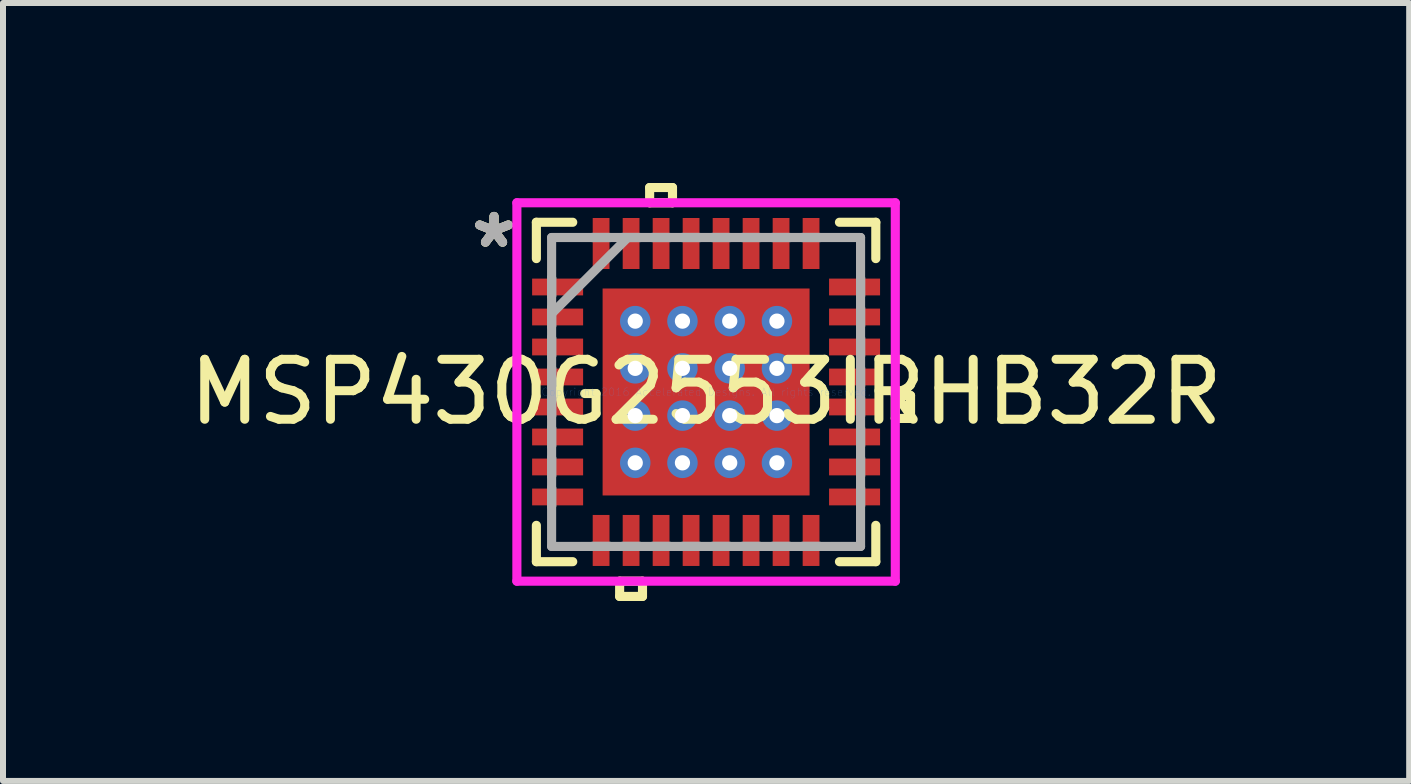
<source format=kicad_pcb>
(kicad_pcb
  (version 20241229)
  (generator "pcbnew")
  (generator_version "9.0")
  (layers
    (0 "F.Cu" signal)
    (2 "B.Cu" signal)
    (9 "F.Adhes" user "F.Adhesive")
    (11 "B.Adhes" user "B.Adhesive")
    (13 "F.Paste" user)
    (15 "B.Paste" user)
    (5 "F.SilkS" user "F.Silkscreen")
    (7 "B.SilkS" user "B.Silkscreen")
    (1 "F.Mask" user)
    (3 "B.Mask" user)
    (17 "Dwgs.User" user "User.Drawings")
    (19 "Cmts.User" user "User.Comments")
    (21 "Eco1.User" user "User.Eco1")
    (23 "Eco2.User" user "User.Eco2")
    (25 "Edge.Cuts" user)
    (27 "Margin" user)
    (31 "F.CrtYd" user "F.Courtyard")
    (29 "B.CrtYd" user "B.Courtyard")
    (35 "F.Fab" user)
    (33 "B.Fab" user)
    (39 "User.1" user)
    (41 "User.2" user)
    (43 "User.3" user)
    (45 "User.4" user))
  (footprint "MSP430G2553IRHB32R"
    (layer "F.Cu")
    (at 8.72 3.484)
    (property "Reference" "MSP430G2553IRHB32R" (at 0 0 0) (layer "F.SilkS") (effects (font (size 1 1) (thickness 0.15))))
    (attr through_hole)
    (fp_line (start -2.97 -1.96) (end -2.97 -1.54) (stroke (width 0.152) (type solid)) (layer "F.Mask"))
    (fp_line (start -2.97 -1.54) (end -1.98 -1.54) (stroke (width 0.152) (type solid)) (layer "F.Mask"))
    (fp_line (start -2.97 -1.46) (end -2.97 -1.04) (stroke (width 0.152) (type solid)) (layer "F.Mask"))
    (fp_line (start -2.97 -1.04) (end -1.98 -1.04) (stroke (width 0.152) (type solid)) (layer "F.Mask"))
    (fp_line (start -2.97 -0.96) (end -2.97 -0.54) (stroke (width 0.152) (type solid)) (layer "F.Mask"))
    (fp_line (start -2.97 -0.54) (end -1.98 -0.54) (stroke (width 0.152) (type solid)) (layer "F.Mask"))
    (fp_line (start -2.97 -0.46) (end -2.97 -0.04) (stroke (width 0.152) (type solid)) (layer "F.Mask"))
    (fp_line (start -2.97 -0.04) (end -1.98 -0.04) (stroke (width 0.152) (type solid)) (layer "F.Mask"))
    (fp_line (start -2.97 0.04) (end -2.97 0.46) (stroke (width 0.152) (type solid)) (layer "F.Mask"))
    (fp_line (start -2.97 0.46) (end -1.98 0.46) (stroke (width 0.152) (type solid)) (layer "F.Mask"))
    (fp_line (start -2.97 0.54) (end -2.97 0.96) (stroke (width 0.152) (type solid)) (layer "F.Mask"))
    (fp_line (start -2.97 0.96) (end -1.98 0.96) (stroke (width 0.152) (type solid)) (layer "F.Mask"))
    (fp_line (start -2.97 1.04) (end -2.97 1.46) (stroke (width 0.152) (type solid)) (layer "F.Mask"))
    (fp_line (start -2.97 1.46) (end -1.98 1.46) (stroke (width 0.152) (type solid)) (layer "F.Mask"))
    (fp_line (start -2.97 1.54) (end -2.97 1.96) (stroke (width 0.152) (type solid)) (layer "F.Mask"))
    (fp_line (start -2.97 1.96) (end -1.98 1.96) (stroke (width 0.152) (type solid)) (layer "F.Mask"))
    (fp_line (start -1.98 -1.96) (end -2.97 -1.96) (stroke (width 0.152) (type solid)) (layer "F.Mask"))
    (fp_line (start -1.98 -1.54) (end -1.98 -1.96) (stroke (width 0.152) (type solid)) (layer "F.Mask"))
    (fp_line (start -1.98 -1.46) (end -2.97 -1.46) (stroke (width 0.152) (type solid)) (layer "F.Mask"))
    (fp_line (start -1.98 -1.04) (end -1.98 -1.46) (stroke (width 0.152) (type solid)) (layer "F.Mask"))
    (fp_line (start -1.98 -0.96) (end -2.97 -0.96) (stroke (width 0.152) (type solid)) (layer "F.Mask"))
    (fp_line (start -1.98 -0.54) (end -1.98 -0.96) (stroke (width 0.152) (type solid)) (layer "F.Mask"))
    (fp_line (start -1.98 -0.46) (end -2.97 -0.46) (stroke (width 0.152) (type solid)) (layer "F.Mask"))
    (fp_line (start -1.98 -0.04) (end -1.98 -0.46) (stroke (width 0.152) (type solid)) (layer "F.Mask"))
    (fp_line (start -1.98 0.04) (end -2.97 0.04) (stroke (width 0.152) (type solid)) (layer "F.Mask"))
    (fp_line (start -1.98 0.46) (end -1.98 0.04) (stroke (width 0.152) (type solid)) (layer "F.Mask"))
    (fp_line (start -1.98 0.54) (end -2.97 0.54) (stroke (width 0.152) (type solid)) (layer "F.Mask"))
    (fp_line (start -1.98 0.96) (end -1.98 0.54) (stroke (width 0.152) (type solid)) (layer "F.Mask"))
    (fp_line (start -1.98 1.04) (end -2.97 1.04) (stroke (width 0.152) (type solid)) (layer "F.Mask"))
    (fp_line (start -1.98 1.46) (end -1.98 1.04) (stroke (width 0.152) (type solid)) (layer "F.Mask"))
    (fp_line (start -1.98 1.54) (end -2.97 1.54) (stroke (width 0.152) (type solid)) (layer "F.Mask"))
    (fp_line (start -1.98 1.96) (end -1.98 1.54) (stroke (width 0.152) (type solid)) (layer "F.Mask"))
    (fp_line (start -1.96 -2.97) (end -1.96 -1.98) (stroke (width 0.152) (type solid)) (layer "F.Mask"))
    (fp_line (start -1.96 -1.98) (end -1.541 -1.98) (stroke (width 0.152) (type solid)) (layer "F.Mask"))
    (fp_line (start -1.96 1.98) (end -1.96 2.97) (stroke (width 0.152) (type solid)) (layer "F.Mask"))
    (fp_line (start -1.96 2.97) (end -1.541 2.97) (stroke (width 0.152) (type solid)) (layer "F.Mask"))
    (fp_line (start -1.788 -1.788) (end -1.381 -1.788) (stroke (width 0.152) (type solid)) (layer "F.Mask"))
    (fp_line (start -1.788 -1.788) (end 1.788 -1.788) (stroke (width 0.152) (type solid)) (layer "F.Mask"))
    (fp_line (start -1.788 -1.381) (end -1.788 -1.788) (stroke (width 0.152) (type solid)) (layer "F.Mask"))
    (fp_line (start -1.788 -0.981) (end 1.788 -0.981) (stroke (width 0.152) (type solid)) (layer "F.Mask"))
    (fp_line (start -1.788 -0.594) (end -1.788 -0.981) (stroke (width 0.152) (type solid)) (layer "F.Mask"))
    (fp_line (start -1.788 -0.194) (end 1.788 -0.194) (stroke (width 0.152) (type solid)) (layer "F.Mask"))
    (fp_line (start -1.788 0.194) (end -1.788 -0.194) (stroke (width 0.152) (type solid)) (layer "F.Mask"))
    (fp_line (start -1.788 0.594) (end 1.788 0.594) (stroke (width 0.152) (type solid)) (layer "F.Mask"))
    (fp_line (start -1.788 0.981) (end -1.788 0.594) (stroke (width 0.152) (type solid)) (layer "F.Mask"))
    (fp_line (start -1.788 1.381) (end 1.788 1.381) (stroke (width 0.152) (type solid)) (layer "F.Mask"))
    (fp_line (start -1.788 1.788) (end -1.788 -1.788) (stroke (width 0.152) (type solid)) (layer "F.Mask"))
    (fp_line (start -1.788 1.788) (end -1.788 1.381) (stroke (width 0.152) (type solid)) (layer "F.Mask"))
    (fp_line (start -1.541 -2.97) (end -1.96 -2.97) (stroke (width 0.152) (type solid)) (layer "F.Mask"))
    (fp_line (start -1.541 -1.98) (end -1.541 -2.97) (stroke (width 0.152) (type solid)) (layer "F.Mask"))
    (fp_line (start -1.541 1.98) (end -1.96 1.98) (stroke (width 0.152) (type solid)) (layer "F.Mask"))
    (fp_line (start -1.541 2.97) (end -1.541 1.98) (stroke (width 0.152) (type solid)) (layer "F.Mask"))
    (fp_line (start -1.46 -2.97) (end -1.46 -1.98) (stroke (width 0.152) (type solid)) (layer "F.Mask"))
    (fp_line (start -1.46 -1.98) (end -1.041 -1.98) (stroke (width 0.152) (type solid)) (layer "F.Mask"))
    (fp_line (start -1.46 1.98) (end -1.46 2.97) (stroke (width 0.152) (type solid)) (layer "F.Mask"))
    (fp_line (start -1.46 2.97) (end -1.041 2.97) (stroke (width 0.152) (type solid)) (layer "F.Mask"))
    (fp_line (start -1.381 -1.788) (end -1.381 1.788) (stroke (width 0.152) (type solid)) (layer "F.Mask"))
    (fp_line (start -1.381 1.788) (end -1.788 1.788) (stroke (width 0.152) (type solid)) (layer "F.Mask"))
    (fp_line (start -1.041 -2.97) (end -1.46 -2.97) (stroke (width 0.152) (type solid)) (layer "F.Mask"))
    (fp_line (start -1.041 -1.98) (end -1.041 -2.97) (stroke (width 0.152) (type solid)) (layer "F.Mask"))
    (fp_line (start -1.041 1.98) (end -1.46 1.98) (stroke (width 0.152) (type solid)) (layer "F.Mask"))
    (fp_line (start -1.041 2.97) (end -1.041 1.98) (stroke (width 0.152) (type solid)) (layer "F.Mask"))
    (fp_line (start -0.981 -1.788) (end -0.981 1.788) (stroke (width 0.152) (type solid)) (layer "F.Mask"))
    (fp_line (start -0.981 1.788) (end -0.594 1.788) (stroke (width 0.152) (type solid)) (layer "F.Mask"))
    (fp_line (start -0.96 -2.97) (end -0.96 -1.98) (stroke (width 0.152) (type solid)) (layer "F.Mask"))
    (fp_line (start -0.96 -1.98) (end -0.541 -1.98) (stroke (width 0.152) (type solid)) (layer "F.Mask"))
    (fp_line (start -0.96 1.98) (end -0.96 2.97) (stroke (width 0.152) (type solid)) (layer "F.Mask"))
    (fp_line (start -0.96 2.97) (end -0.541 2.97) (stroke (width 0.152) (type solid)) (layer "F.Mask"))
    (fp_line (start -0.594 -1.788) (end -0.981 -1.788) (stroke (width 0.152) (type solid)) (layer "F.Mask"))
    (fp_line (start -0.594 1.788) (end -0.594 -1.788) (stroke (width 0.152) (type solid)) (layer "F.Mask"))
    (fp_line (start -0.541 -2.97) (end -0.96 -2.97) (stroke (width 0.152) (type solid)) (layer "F.Mask"))
    (fp_line (start -0.541 -1.98) (end -0.541 -2.97) (stroke (width 0.152) (type solid)) (layer "F.Mask"))
    (fp_line (start -0.541 1.98) (end -0.96 1.98) (stroke (width 0.152) (type solid)) (layer "F.Mask"))
    (fp_line (start -0.541 2.97) (end -0.541 1.98) (stroke (width 0.152) (type solid)) (layer "F.Mask"))
    (fp_line (start -0.46 -2.97) (end -0.46 -1.98) (stroke (width 0.152) (type solid)) (layer "F.Mask"))
    (fp_line (start -0.46 -1.98) (end -0.04 -1.98) (stroke (width 0.152) (type solid)) (layer "F.Mask"))
    (fp_line (start -0.46 1.98) (end -0.46 2.97) (stroke (width 0.152) (type solid)) (layer "F.Mask"))
    (fp_line (start -0.46 2.97) (end -0.04 2.97) (stroke (width 0.152) (type solid)) (layer "F.Mask"))
    (fp_line (start -0.194 -1.788) (end -0.194 1.788) (stroke (width 0.152) (type solid)) (layer "F.Mask"))
    (fp_line (start -0.194 1.788) (end 0.194 1.788) (stroke (width 0.152) (type solid)) (layer "F.Mask"))
    (fp_line (start -0.04 -2.97) (end -0.46 -2.97) (stroke (width 0.152) (type solid)) (layer "F.Mask"))
    (fp_line (start -0.04 -1.98) (end -0.04 -2.97) (stroke (width 0.152) (type solid)) (layer "F.Mask"))
    (fp_line (start -0.04 1.98) (end -0.46 1.98) (stroke (width 0.152) (type solid)) (layer "F.Mask"))
    (fp_line (start -0.04 2.97) (end -0.04 1.98) (stroke (width 0.152) (type solid)) (layer "F.Mask"))
    (fp_line (start 0.04 -2.97) (end 0.04 -1.98) (stroke (width 0.152) (type solid)) (layer "F.Mask"))
    (fp_line (start 0.04 -1.98) (end 0.46 -1.98) (stroke (width 0.152) (type solid)) (layer "F.Mask"))
    (fp_line (start 0.04 1.98) (end 0.04 2.97) (stroke (width 0.152) (type solid)) (layer "F.Mask"))
    (fp_line (start 0.04 2.97) (end 0.46 2.97) (stroke (width 0.152) (type solid)) (layer "F.Mask"))
    (fp_line (start 0.194 -1.788) (end -0.194 -1.788) (stroke (width 0.152) (type solid)) (layer "F.Mask"))
    (fp_line (start 0.194 1.788) (end 0.194 -1.788) (stroke (width 0.152) (type solid)) (layer "F.Mask"))
    (fp_line (start 0.46 -2.97) (end 0.04 -2.97) (stroke (width 0.152) (type solid)) (layer "F.Mask"))
    (fp_line (start 0.46 -1.98) (end 0.46 -2.97) (stroke (width 0.152) (type solid)) (layer "F.Mask"))
    (fp_line (start 0.46 1.98) (end 0.04 1.98) (stroke (width 0.152) (type solid)) (layer "F.Mask"))
    (fp_line (start 0.46 2.97) (end 0.46 1.98) (stroke (width 0.152) (type solid)) (layer "F.Mask"))
    (fp_line (start 0.541 -2.97) (end 0.541 -1.98) (stroke (width 0.152) (type solid)) (layer "F.Mask"))
    (fp_line (start 0.541 -1.98) (end 0.96 -1.98) (stroke (width 0.152) (type solid)) (layer "F.Mask"))
    (fp_line (start 0.541 1.98) (end 0.541 2.97) (stroke (width 0.152) (type solid)) (layer "F.Mask"))
    (fp_line (start 0.541 2.97) (end 0.96 2.97) (stroke (width 0.152) (type solid)) (layer "F.Mask"))
    (fp_line (start 0.594 -1.788) (end 0.594 1.788) (stroke (width 0.152) (type solid)) (layer "F.Mask"))
    (fp_line (start 0.594 1.788) (end 0.981 1.788) (stroke (width 0.152) (type solid)) (layer "F.Mask"))
    (fp_line (start 0.96 -2.97) (end 0.541 -2.97) (stroke (width 0.152) (type solid)) (layer "F.Mask"))
    (fp_line (start 0.96 -1.98) (end 0.96 -2.97) (stroke (width 0.152) (type solid)) (layer "F.Mask"))
    (fp_line (start 0.96 1.98) (end 0.541 1.98) (stroke (width 0.152) (type solid)) (layer "F.Mask"))
    (fp_line (start 0.96 2.97) (end 0.96 1.98) (stroke (width 0.152) (type solid)) (layer "F.Mask"))
    (fp_line (start 0.981 -1.788) (end 0.594 -1.788) (stroke (width 0.152) (type solid)) (layer "F.Mask"))
    (fp_line (start 0.981 1.788) (end 0.981 -1.788) (stroke (width 0.152) (type solid)) (layer "F.Mask"))
    (fp_line (start 1.041 -2.97) (end 1.041 -1.98) (stroke (width 0.152) (type solid)) (layer "F.Mask"))
    (fp_line (start 1.041 -1.98) (end 1.46 -1.98) (stroke (width 0.152) (type solid)) (layer "F.Mask"))
    (fp_line (start 1.041 1.98) (end 1.041 2.97) (stroke (width 0.152) (type solid)) (layer "F.Mask"))
    (fp_line (start 1.041 2.97) (end 1.46 2.97) (stroke (width 0.152) (type solid)) (layer "F.Mask"))
    (fp_line (start 1.381 -1.788) (end 1.788 -1.788) (stroke (width 0.152) (type solid)) (layer "F.Mask"))
    (fp_line (start 1.381 1.788) (end 1.381 -1.788) (stroke (width 0.152) (type solid)) (layer "F.Mask"))
    (fp_line (start 1.46 -2.97) (end 1.041 -2.97) (stroke (width 0.152) (type solid)) (layer "F.Mask"))
    (fp_line (start 1.46 -1.98) (end 1.46 -2.97) (stroke (width 0.152) (type solid)) (layer "F.Mask"))
    (fp_line (start 1.46 1.98) (end 1.041 1.98) (stroke (width 0.152) (type solid)) (layer "F.Mask"))
    (fp_line (start 1.46 2.97) (end 1.46 1.98) (stroke (width 0.152) (type solid)) (layer "F.Mask"))
    (fp_line (start 1.541 -2.97) (end 1.541 -1.98) (stroke (width 0.152) (type solid)) (layer "F.Mask"))
    (fp_line (start 1.541 -1.98) (end 1.96 -1.98) (stroke (width 0.152) (type solid)) (layer "F.Mask"))
    (fp_line (start 1.541 1.98) (end 1.541 2.97) (stroke (width 0.152) (type solid)) (layer "F.Mask"))
    (fp_line (start 1.541 2.97) (end 1.96 2.97) (stroke (width 0.152) (type solid)) (layer "F.Mask"))
    (fp_line (start 1.788 -1.788) (end 1.788 -1.381) (stroke (width 0.152) (type solid)) (layer "F.Mask"))
    (fp_line (start 1.788 -1.788) (end 1.788 1.788) (stroke (width 0.152) (type solid)) (layer "F.Mask"))
    (fp_line (start 1.788 -1.381) (end -1.788 -1.381) (stroke (width 0.152) (type solid)) (layer "F.Mask"))
    (fp_line (start 1.788 -0.981) (end 1.788 -0.594) (stroke (width 0.152) (type solid)) (layer "F.Mask"))
    (fp_line (start 1.788 -0.594) (end -1.788 -0.594) (stroke (width 0.152) (type solid)) (layer "F.Mask"))
    (fp_line (start 1.788 -0.194) (end 1.788 0.194) (stroke (width 0.152) (type solid)) (layer "F.Mask"))
    (fp_line (start 1.788 0.194) (end -1.788 0.194) (stroke (width 0.152) (type solid)) (layer "F.Mask"))
    (fp_line (start 1.788 0.594) (end 1.788 0.981) (stroke (width 0.152) (type solid)) (layer "F.Mask"))
    (fp_line (start 1.788 0.981) (end -1.788 0.981) (stroke (width 0.152) (type solid)) (layer "F.Mask"))
    (fp_line (start 1.788 1.381) (end 1.788 1.788) (stroke (width 0.152) (type solid)) (layer "F.Mask"))
    (fp_line (start 1.788 1.788) (end -1.788 1.788) (stroke (width 0.152) (type solid)) (layer "F.Mask"))
    (fp_line (start 1.788 1.788) (end 1.381 1.788) (stroke (width 0.152) (type solid)) (layer "F.Mask"))
    (fp_line (start 1.96 -2.97) (end 1.541 -2.97) (stroke (width 0.152) (type solid)) (layer "F.Mask"))
    (fp_line (start 1.96 -1.98) (end 1.96 -2.97) (stroke (width 0.152) (type solid)) (layer "F.Mask"))
    (fp_line (start 1.96 1.98) (end 1.541 1.98) (stroke (width 0.152) (type solid)) (layer "F.Mask"))
    (fp_line (start 1.96 2.97) (end 1.96 1.98) (stroke (width 0.152) (type solid)) (layer "F.Mask"))
    (fp_line (start 1.98 -1.96) (end 1.98 -1.54) (stroke (width 0.152) (type solid)) (layer "F.Mask"))
    (fp_line (start 1.98 -1.54) (end 2.97 -1.54) (stroke (width 0.152) (type solid)) (layer "F.Mask"))
    (fp_line (start 1.98 -1.46) (end 1.98 -1.04) (stroke (width 0.152) (type solid)) (layer "F.Mask"))
    (fp_line (start 1.98 -1.04) (end 2.97 -1.04) (stroke (width 0.152) (type solid)) (layer "F.Mask"))
    (fp_line (start 1.98 -0.96) (end 1.98 -0.54) (stroke (width 0.152) (type solid)) (layer "F.Mask"))
    (fp_line (start 1.98 -0.54) (end 2.97 -0.54) (stroke (width 0.152) (type solid)) (layer "F.Mask"))
    (fp_line (start 1.98 -0.46) (end 1.98 -0.04) (stroke (width 0.152) (type solid)) (layer "F.Mask"))
    (fp_line (start 1.98 -0.04) (end 2.97 -0.04) (stroke (width 0.152) (type solid)) (layer "F.Mask"))
    (fp_line (start 1.98 0.04) (end 1.98 0.46) (stroke (width 0.152) (type solid)) (layer "F.Mask"))
    (fp_line (start 1.98 0.46) (end 2.97 0.46) (stroke (width 0.152) (type solid)) (layer "F.Mask"))
    (fp_line (start 1.98 0.54) (end 1.98 0.96) (stroke (width 0.152) (type solid)) (layer "F.Mask"))
    (fp_line (start 1.98 0.96) (end 2.97 0.96) (stroke (width 0.152) (type solid)) (layer "F.Mask"))
    (fp_line (start 1.98 1.04) (end 1.98 1.46) (stroke (width 0.152) (type solid)) (layer "F.Mask"))
    (fp_line (start 1.98 1.46) (end 2.97 1.46) (stroke (width 0.152) (type solid)) (layer "F.Mask"))
    (fp_line (start 1.98 1.54) (end 1.98 1.96) (stroke (width 0.152) (type solid)) (layer "F.Mask"))
    (fp_line (start 1.98 1.96) (end 2.97 1.96) (stroke (width 0.152) (type solid)) (layer "F.Mask"))
    (fp_line (start 2.97 -1.96) (end 1.98 -1.96) (stroke (width 0.152) (type solid)) (layer "F.Mask"))
    (fp_line (start 2.97 -1.54) (end 2.97 -1.96) (stroke (width 0.152) (type solid)) (layer "F.Mask"))
    (fp_line (start 2.97 -1.46) (end 1.98 -1.46) (stroke (width 0.152) (type solid)) (layer "F.Mask"))
    (fp_line (start 2.97 -1.04) (end 2.97 -1.46) (stroke (width 0.152) (type solid)) (layer "F.Mask"))
    (fp_line (start 2.97 -0.96) (end 1.98 -0.96) (stroke (width 0.152) (type solid)) (layer "F.Mask"))
    (fp_line (start 2.97 -0.54) (end 2.97 -0.96) (stroke (width 0.152) (type solid)) (layer "F.Mask"))
    (fp_line (start 2.97 -0.46) (end 1.98 -0.46) (stroke (width 0.152) (type solid)) (layer "F.Mask"))
    (fp_line (start 2.97 -0.04) (end 2.97 -0.46) (stroke (width 0.152) (type solid)) (layer "F.Mask"))
    (fp_line (start 2.97 0.04) (end 1.98 0.04) (stroke (width 0.152) (type solid)) (layer "F.Mask"))
    (fp_line (start 2.97 0.46) (end 2.97 0.04) (stroke (width 0.152) (type solid)) (layer "F.Mask"))
    (fp_line (start 2.97 0.54) (end 1.98 0.54) (stroke (width 0.152) (type solid)) (layer "F.Mask"))
    (fp_line (start 2.97 0.96) (end 2.97 0.54) (stroke (width 0.152) (type solid)) (layer "F.Mask"))
    (fp_line (start 2.97 1.04) (end 1.98 1.04) (stroke (width 0.152) (type solid)) (layer "F.Mask"))
    (fp_line (start 2.97 1.46) (end 2.97 1.04) (stroke (width 0.152) (type solid)) (layer "F.Mask"))
    (fp_line (start 2.97 1.54) (end 1.98 1.54) (stroke (width 0.152) (type solid)) (layer "F.Mask"))
    (fp_line (start 2.97 1.96) (end 2.97 1.54) (stroke (width 0.152) (type solid)) (layer "F.Mask"))
    (fp_line (start -2.829 -2.829) (end -2.829 -2.223) (stroke (width 0.152) (type solid)) (layer "F.SilkS"))
    (fp_line (start -2.829 2.223) (end -2.829 2.829) (stroke (width 0.152) (type solid)) (layer "F.SilkS"))
    (fp_line (start -2.829 2.829) (end -2.223 2.829) (stroke (width 0.152) (type solid)) (layer "F.SilkS"))
    (fp_line (start -2.223 -2.829) (end -2.829 -2.829) (stroke (width 0.152) (type solid)) (layer "F.SilkS"))
    (fp_line (start -1.441 3.154) (end -1.441 3.408) (stroke (width 0.152) (type solid)) (layer "F.SilkS"))
    (fp_line (start -1.441 3.408) (end -1.06 3.408) (stroke (width 0.152) (type solid)) (layer "F.SilkS"))
    (fp_line (start -1.06 3.154) (end -1.441 3.154) (stroke (width 0.152) (type solid)) (layer "F.SilkS"))
    (fp_line (start -1.06 3.408) (end -1.06 3.154) (stroke (width 0.152) (type solid)) (layer "F.SilkS"))
    (fp_line (start -0.941 -3.408) (end -0.56 -3.408) (stroke (width 0.152) (type solid)) (layer "F.SilkS"))
    (fp_line (start -0.941 -3.154) (end -0.941 -3.408) (stroke (width 0.152) (type solid)) (layer "F.SilkS"))
    (fp_line (start -0.56 -3.408) (end -0.56 -3.154) (stroke (width 0.152) (type solid)) (layer "F.SilkS"))
    (fp_line (start -0.56 -3.154) (end -0.941 -3.154) (stroke (width 0.152) (type solid)) (layer "F.SilkS"))
    (fp_line (start 2.223 2.829) (end 2.829 2.829) (stroke (width 0.152) (type solid)) (layer "F.SilkS"))
    (fp_line (start 2.829 -2.829) (end 2.223 -2.829) (stroke (width 0.152) (type solid)) (layer "F.SilkS"))
    (fp_line (start 2.829 -2.223) (end 2.829 -2.829) (stroke (width 0.152) (type solid)) (layer "F.SilkS"))
    (fp_line (start 2.829 2.829) (end 2.829 2.223) (stroke (width 0.152) (type solid)) (layer "F.SilkS"))
    (fp_line (start 3.154 0.059) (end 3.408 0.059) (stroke (width 0.152) (type solid)) (layer "F.SilkS"))
    (fp_line (start 3.154 0.441) (end 3.154 0.059) (stroke (width 0.152) (type solid)) (layer "F.SilkS"))
    (fp_line (start 3.408 0.059) (end 3.408 0.441) (stroke (width 0.152) (type solid)) (layer "F.SilkS"))
    (fp_line (start 3.408 0.441) (end 3.154 0.441) (stroke (width 0.152) (type solid)) (layer "F.SilkS"))
    (fp_line (start -2.875 -1.865) (end -2.875 -1.635) (stroke (width 0.152) (type solid)) (layer "F.Paste"))
    (fp_line (start -2.875 -1.635) (end -2.075 -1.635) (stroke (width 0.152) (type solid)) (layer "F.Paste"))
    (fp_line (start -2.875 -1.365) (end -2.875 -1.135) (stroke (width 0.152) (type solid)) (layer "F.Paste"))
    (fp_line (start -2.875 -1.135) (end -2.075 -1.135) (stroke (width 0.152) (type solid)) (layer "F.Paste"))
    (fp_line (start -2.875 -0.865) (end -2.875 -0.635) (stroke (width 0.152) (type solid)) (layer "F.Paste"))
    (fp_line (start -2.875 -0.635) (end -2.075 -0.635) (stroke (width 0.152) (type solid)) (layer "F.Paste"))
    (fp_line (start -2.875 -0.365) (end -2.875 -0.135) (stroke (width 0.152) (type solid)) (layer "F.Paste"))
    (fp_line (start -2.875 -0.135) (end -2.075 -0.135) (stroke (width 0.152) (type solid)) (layer "F.Paste"))
    (fp_line (start -2.875 0.135) (end -2.875 0.365) (stroke (width 0.152) (type solid)) (layer "F.Paste"))
    (fp_line (start -2.875 0.365) (end -2.075 0.365) (stroke (width 0.152) (type solid)) (layer "F.Paste"))
    (fp_line (start -2.875 0.635) (end -2.875 0.865) (stroke (width 0.152) (type solid)) (layer "F.Paste"))
    (fp_line (start -2.875 0.865) (end -2.075 0.865) (stroke (width 0.152) (type solid)) (layer "F.Paste"))
    (fp_line (start -2.875 1.135) (end -2.875 1.365) (stroke (width 0.152) (type solid)) (layer "F.Paste"))
    (fp_line (start -2.875 1.365) (end -2.075 1.365) (stroke (width 0.152) (type solid)) (layer "F.Paste"))
    (fp_line (start -2.875 1.635) (end -2.875 1.865) (stroke (width 0.152) (type solid)) (layer "F.Paste"))
    (fp_line (start -2.875 1.865) (end -2.075 1.865) (stroke (width 0.152) (type solid)) (layer "F.Paste"))
    (fp_line (start -2.075 -1.865) (end -2.875 -1.865) (stroke (width 0.152) (type solid)) (layer "F.Paste"))
    (fp_line (start -2.075 -1.635) (end -2.075 -1.865) (stroke (width 0.152) (type solid)) (layer "F.Paste"))
    (fp_line (start -2.075 -1.365) (end -2.875 -1.365) (stroke (width 0.152) (type solid)) (layer "F.Paste"))
    (fp_line (start -2.075 -1.135) (end -2.075 -1.365) (stroke (width 0.152) (type solid)) (layer "F.Paste"))
    (fp_line (start -2.075 -0.865) (end -2.875 -0.865) (stroke (width 0.152) (type solid)) (layer "F.Paste"))
    (fp_line (start -2.075 -0.635) (end -2.075 -0.865) (stroke (width 0.152) (type solid)) (layer "F.Paste"))
    (fp_line (start -2.075 -0.365) (end -2.875 -0.365) (stroke (width 0.152) (type solid)) (layer "F.Paste"))
    (fp_line (start -2.075 -0.135) (end -2.075 -0.365) (stroke (width 0.152) (type solid)) (layer "F.Paste"))
    (fp_line (start -2.075 0.135) (end -2.875 0.135) (stroke (width 0.152) (type solid)) (layer "F.Paste"))
    (fp_line (start -2.075 0.365) (end -2.075 0.135) (stroke (width 0.152) (type solid)) (layer "F.Paste"))
    (fp_line (start -2.075 0.635) (end -2.875 0.635) (stroke (width 0.152) (type solid)) (layer "F.Paste"))
    (fp_line (start -2.075 0.865) (end -2.075 0.635) (stroke (width 0.152) (type solid)) (layer "F.Paste"))
    (fp_line (start -2.075 1.135) (end -2.875 1.135) (stroke (width 0.152) (type solid)) (layer "F.Paste"))
    (fp_line (start -2.075 1.365) (end -2.075 1.135) (stroke (width 0.152) (type solid)) (layer "F.Paste"))
    (fp_line (start -2.075 1.635) (end -2.875 1.635) (stroke (width 0.152) (type solid)) (layer "F.Paste"))
    (fp_line (start -2.075 1.865) (end -2.075 1.635) (stroke (width 0.152) (type solid)) (layer "F.Paste"))
    (fp_line (start -1.866 -2.875) (end -1.866 -2.075) (stroke (width 0.152) (type solid)) (layer "F.Paste"))
    (fp_line (start -1.866 -2.075) (end -1.635 -2.075) (stroke (width 0.152) (type solid)) (layer "F.Paste"))
    (fp_line (start -1.866 2.075) (end -1.866 2.875) (stroke (width 0.152) (type solid)) (layer "F.Paste"))
    (fp_line (start -1.866 2.875) (end -1.635 2.875) (stroke (width 0.152) (type solid)) (layer "F.Paste"))
    (fp_line (start -1.65 -1.65) (end -1.65 -1.281) (stroke (width 0.152) (type solid)) (layer "F.Paste"))
    (fp_line (start -1.65 -1.281) (end -1.423 -1.281) (stroke (width 0.152) (type solid)) (layer "F.Paste"))
    (fp_line (start -1.65 -1.081) (end -1.65 -0.494) (stroke (width 0.152) (type solid)) (layer "F.Paste"))
    (fp_line (start -1.65 -0.494) (end -1.423 -0.494) (stroke (width 0.152) (type solid)) (layer "F.Paste"))
    (fp_line (start -1.65 -0.294) (end -1.65 0.294) (stroke (width 0.152) (type solid)) (layer "F.Paste"))
    (fp_line (start -1.65 0.294) (end -1.423 0.294) (stroke (width 0.152) (type solid)) (layer "F.Paste"))
    (fp_line (start -1.65 0.494) (end -1.65 1.081) (stroke (width 0.152) (type solid)) (layer "F.Paste"))
    (fp_line (start -1.65 1.081) (end -1.423 1.081) (stroke (width 0.152) (type solid)) (layer "F.Paste"))
    (fp_line (start -1.65 1.281) (end -1.65 1.65) (stroke (width 0.152) (type solid)) (layer "F.Paste"))
    (fp_line (start -1.65 1.65) (end -1.281 1.65) (stroke (width 0.152) (type solid)) (layer "F.Paste"))
    (fp_line (start -1.635 -2.875) (end -1.866 -2.875) (stroke (width 0.152) (type solid)) (layer "F.Paste"))
    (fp_line (start -1.635 -2.075) (end -1.635 -2.875) (stroke (width 0.152) (type solid)) (layer "F.Paste"))
    (fp_line (start -1.635 2.075) (end -1.866 2.075) (stroke (width 0.152) (type solid)) (layer "F.Paste"))
    (fp_line (start -1.635 2.875) (end -1.635 2.075) (stroke (width 0.152) (type solid)) (layer "F.Paste"))
    (fp_line (start -1.423 -1.281) (end -1.423 -1.281) (stroke (width 0.152) (type solid)) (layer "F.Paste"))
    (fp_line (start -1.423 -1.281) (end -1.281 -1.423) (stroke (width 0.152) (type solid)) (layer "F.Paste"))
    (fp_line (start -1.423 -1.081) (end -1.65 -1.081) (stroke (width 0.152) (type solid)) (layer "F.Paste"))
    (fp_line (start -1.423 -1.081) (end -1.423 -1.081) (stroke (width 0.152) (type solid)) (layer "F.Paste"))
    (fp_line (start -1.423 -0.494) (end -1.423 -0.494) (stroke (width 0.152) (type solid)) (layer "F.Paste"))
    (fp_line (start -1.423 -0.494) (end -1.281 -0.635) (stroke (width 0.152) (type solid)) (layer "F.Paste"))
    (fp_line (start -1.423 -0.294) (end -1.65 -0.294) (stroke (width 0.152) (type solid)) (layer "F.Paste"))
    (fp_line (start -1.423 -0.294) (end -1.423 -0.294) (stroke (width 0.152) (type solid)) (layer "F.Paste"))
    (fp_line (start -1.423 0.294) (end -1.423 0.294) (stroke (width 0.152) (type solid)) (layer "F.Paste"))
    (fp_line (start -1.423 0.294) (end -1.281 0.152) (stroke (width 0.152) (type solid)) (layer "F.Paste"))
    (fp_line (start -1.423 0.494) (end -1.65 0.494) (stroke (width 0.152) (type solid)) (layer "F.Paste"))
    (fp_line (start -1.423 0.494) (end -1.423 0.494) (stroke (width 0.152) (type solid)) (layer "F.Paste"))
    (fp_line (start -1.423 1.081) (end -1.423 1.081) (stroke (width 0.152) (type solid)) (layer "F.Paste"))
    (fp_line (start -1.423 1.081) (end -1.281 0.94) (stroke (width 0.152) (type solid)) (layer "F.Paste"))
    (fp_line (start -1.423 1.281) (end -1.65 1.281) (stroke (width 0.152) (type solid)) (layer "F.Paste"))
    (fp_line (start -1.423 1.281) (end -1.423 1.281) (stroke (width 0.152) (type solid)) (layer "F.Paste"))
    (fp_line (start -1.365 -2.875) (end -1.365 -2.075) (stroke (width 0.152) (type solid)) (layer "F.Paste"))
    (fp_line (start -1.365 -2.075) (end -1.135 -2.075) (stroke (width 0.152) (type solid)) (layer "F.Paste"))
    (fp_line (start -1.365 2.075) (end -1.365 2.875) (stroke (width 0.152) (type solid)) (layer "F.Paste"))
    (fp_line (start -1.365 2.875) (end -1.135 2.875) (stroke (width 0.152) (type solid)) (layer "F.Paste"))
    (fp_line (start -1.281 -1.65) (end -1.65 -1.65) (stroke (width 0.152) (type solid)) (layer "F.Paste"))
    (fp_line (start -1.281 -1.423) (end -1.281 -1.65) (stroke (width 0.152) (type solid)) (layer "F.Paste"))
    (fp_line (start -1.281 -1.423) (end -1.281 -1.423) (stroke (width 0.152) (type solid)) (layer "F.Paste"))
    (fp_line (start -1.281 -0.94) (end -1.423 -1.081) (stroke (width 0.152) (type solid)) (layer "F.Paste"))
    (fp_line (start -1.281 -0.94) (end -1.281 -0.94) (stroke (width 0.152) (type solid)) (layer "F.Paste"))
    (fp_line (start -1.281 -0.635) (end -1.281 -0.94) (stroke (width 0.152) (type solid)) (layer "F.Paste"))
    (fp_line (start -1.281 -0.635) (end -1.281 -0.635) (stroke (width 0.152) (type solid)) (layer "F.Paste"))
    (fp_line (start -1.281 -0.152) (end -1.423 -0.294) (stroke (width 0.152) (type solid)) (layer "F.Paste"))
    (fp_line (start -1.281 -0.152) (end -1.281 -0.152) (stroke (width 0.152) (type solid)) (layer "F.Paste"))
    (fp_line (start -1.281 0.152) (end -1.281 -0.152) (stroke (width 0.152) (type solid)) (layer "F.Paste"))
    (fp_line (start -1.281 0.152) (end -1.281 0.152) (stroke (width 0.152) (type solid)) (layer "F.Paste"))
    (fp_line (start -1.281 0.635) (end -1.423 0.494) (stroke (width 0.152) (type solid)) (layer "F.Paste"))
    (fp_line (start -1.281 0.635) (end -1.281 0.635) (stroke (width 0.152) (type solid)) (layer "F.Paste"))
    (fp_line (start -1.281 0.94) (end -1.281 0.635) (stroke (width 0.152) (type solid)) (layer "F.Paste"))
    (fp_line (start -1.281 0.94) (end -1.281 0.94) (stroke (width 0.152) (type solid)) (layer "F.Paste"))
    (fp_line (start -1.281 1.423) (end -1.423 1.281) (stroke (width 0.152) (type solid)) (layer "F.Paste"))
    (fp_line (start -1.281 1.423) (end -1.281 1.423) (stroke (width 0.152) (type solid)) (layer "F.Paste"))
    (fp_line (start -1.281 1.65) (end -1.281 1.423) (stroke (width 0.152) (type solid)) (layer "F.Paste"))
    (fp_line (start -1.135 -2.875) (end -1.365 -2.875) (stroke (width 0.152) (type solid)) (layer "F.Paste"))
    (fp_line (start -1.135 -2.075) (end -1.135 -2.875) (stroke (width 0.152) (type solid)) (layer "F.Paste"))
    (fp_line (start -1.135 2.075) (end -1.365 2.075) (stroke (width 0.152) (type solid)) (layer "F.Paste"))
    (fp_line (start -1.135 2.875) (end -1.135 2.075) (stroke (width 0.152) (type solid)) (layer "F.Paste"))
    (fp_line (start -1.081 -1.65) (end -1.081 -1.423) (stroke (width 0.152) (type solid)) (layer "F.Paste"))
    (fp_line (start -1.081 -1.423) (end -1.081 -1.423) (stroke (width 0.152) (type solid)) (layer "F.Paste"))
    (fp_line (start -1.081 -1.423) (end -0.94 -1.281) (stroke (width 0.152) (type solid)) (layer "F.Paste"))
    (fp_line (start -1.081 -0.94) (end -1.081 -0.94) (stroke (width 0.152) (type solid)) (layer "F.Paste"))
    (fp_line (start -1.081 -0.94) (end -1.081 -0.635) (stroke (width 0.152) (type solid)) (layer "F.Paste"))
    (fp_line (start -1.081 -0.635) (end -1.081 -0.635) (stroke (width 0.152) (type solid)) (layer "F.Paste"))
    (fp_line (start -1.081 -0.635) (end -0.94 -0.494) (stroke (width 0.152) (type solid)) (layer "F.Paste"))
    (fp_line (start -1.081 -0.152) (end -1.081 -0.152) (stroke (width 0.152) (type solid)) (layer "F.Paste"))
    (fp_line (start -1.081 -0.152) (end -1.081 0.152) (stroke (width 0.152) (type solid)) (layer "F.Paste"))
    (fp_line (start -1.081 0.152) (end -1.081 0.152) (stroke (width 0.152) (type solid)) (layer "F.Paste"))
    (fp_line (start -1.081 0.152) (end -0.94 0.294) (stroke (width 0.152) (type solid)) (layer "F.Paste"))
    (fp_line (start -1.081 0.635) (end -1.081 0.635) (stroke (width 0.152) (type solid)) (layer "F.Paste"))
    (fp_line (start -1.081 0.635) (end -1.081 0.94) (stroke (width 0.152) (type solid)) (layer "F.Paste"))
    (fp_line (start -1.081 0.94) (end -1.081 0.94) (stroke (width 0.152) (type solid)) (layer "F.Paste"))
    (fp_line (start -1.081 0.94) (end -0.94 1.081) (stroke (width 0.152) (type solid)) (layer "F.Paste"))
    (fp_line (start -1.081 1.423) (end -1.081 1.423) (stroke (width 0.152) (type solid)) (layer "F.Paste"))
    (fp_line (start -1.081 1.423) (end -1.081 1.65) (stroke (width 0.152) (type solid)) (layer "F.Paste"))
    (fp_line (start -1.081 1.65) (end -0.494 1.65) (stroke (width 0.152) (type solid)) (layer "F.Paste"))
    (fp_line (start -0.94 -1.281) (end -0.94 -1.281) (stroke (width 0.152) (type solid)) (layer "F.Paste"))
    (fp_line (start -0.94 -1.281) (end -0.635 -1.281) (stroke (width 0.152) (type solid)) (layer "F.Paste"))
    (fp_line (start -0.94 -1.081) (end -1.081 -0.94) (stroke (width 0.152) (type solid)) (layer "F.Paste"))
    (fp_line (start -0.94 -1.081) (end -0.94 -1.081) (stroke (width 0.152) (type solid)) (layer "F.Paste"))
    (fp_line (start -0.94 -0.494) (end -0.94 -0.494) (stroke (width 0.152) (type solid)) (layer "F.Paste"))
    (fp_line (start -0.94 -0.494) (end -0.635 -0.494) (stroke (width 0.152) (type solid)) (layer "F.Paste"))
    (fp_line (start -0.94 -0.294) (end -1.081 -0.152) (stroke (width 0.152) (type solid)) (layer "F.Paste"))
    (fp_line (start -0.94 -0.294) (end -0.94 -0.294) (stroke (width 0.152) (type solid)) (layer "F.Paste"))
    (fp_line (start -0.94 0.294) (end -0.94 0.294) (stroke (width 0.152) (type solid)) (layer "F.Paste"))
    (fp_line (start -0.94 0.294) (end -0.635 0.294) (stroke (width 0.152) (type solid)) (layer "F.Paste"))
    (fp_line (start -0.94 0.494) (end -1.081 0.635) (stroke (width 0.152) (type solid)) (layer "F.Paste"))
    (fp_line (start -0.94 0.494) (end -0.94 0.494) (stroke (width 0.152) (type solid)) (layer "F.Paste"))
    (fp_line (start -0.94 1.081) (end -0.94 1.081) (stroke (width 0.152) (type solid)) (layer "F.Paste"))
    (fp_line (start -0.94 1.081) (end -0.635 1.081) (stroke (width 0.152) (type solid)) (layer "F.Paste"))
    (fp_line (start -0.94 1.281) (end -1.081 1.423) (stroke (width 0.152) (type solid)) (layer "F.Paste"))
    (fp_line (start -0.94 1.281) (end -0.94 1.281) (stroke (width 0.152) (type solid)) (layer "F.Paste"))
    (fp_line (start -0.865 -2.875) (end -0.865 -2.075) (stroke (width 0.152) (type solid)) (layer "F.Paste"))
    (fp_line (start -0.865 -2.075) (end -0.635 -2.075) (stroke (width 0.152) (type solid)) (layer "F.Paste"))
    (fp_line (start -0.865 2.075) (end -0.865 2.875) (stroke (width 0.152) (type solid)) (layer "F.Paste"))
    (fp_line (start -0.865 2.875) (end -0.635 2.875) (stroke (width 0.152) (type solid)) (layer "F.Paste"))
    (fp_line (start -0.635 -1.281) (end -0.635 -1.281) (stroke (width 0.152) (type solid)) (layer "F.Paste"))
    (fp_line (start -0.635 -1.281) (end -0.494 -1.423) (stroke (width 0.152) (type solid)) (layer "F.Paste"))
    (fp_line (start -0.635 -1.081) (end -0.94 -1.081) (stroke (width 0.152) (type solid)) (layer "F.Paste"))
    (fp_line (start -0.635 -1.081) (end -0.635 -1.081) (stroke (width 0.152) (type solid)) (layer "F.Paste"))
    (fp_line (start -0.635 -0.494) (end -0.635 -0.494) (stroke (width 0.152) (type solid)) (layer "F.Paste"))
    (fp_line (start -0.635 -0.494) (end -0.494 -0.635) (stroke (width 0.152) (type solid)) (layer "F.Paste"))
    (fp_line (start -0.635 -0.294) (end -0.94 -0.294) (stroke (width 0.152) (type solid)) (layer "F.Paste"))
    (fp_line (start -0.635 -0.294) (end -0.635 -0.294) (stroke (width 0.152) (type solid)) (layer "F.Paste"))
    (fp_line (start -0.635 0.294) (end -0.635 0.294) (stroke (width 0.152) (type solid)) (layer "F.Paste"))
    (fp_line (start -0.635 0.294) (end -0.494 0.152) (stroke (width 0.152) (type solid)) (layer "F.Paste"))
    (fp_line (start -0.635 0.494) (end -0.94 0.494) (stroke (width 0.152) (type solid)) (layer "F.Paste"))
    (fp_line (start -0.635 0.494) (end -0.635 0.494) (stroke (width 0.152) (type solid)) (layer "F.Paste"))
    (fp_line (start -0.635 1.081) (end -0.635 1.081) (stroke (width 0.152) (type solid)) (layer "F.Paste"))
    (fp_line (start -0.635 1.081) (end -0.494 0.94) (stroke (width 0.152) (type solid)) (layer "F.Paste"))
    (fp_line (start -0.635 1.281) (end -0.94 1.281) (stroke (width 0.152) (type solid)) (layer "F.Paste"))
    (fp_line (start -0.635 1.281) (end -0.635 1.281) (stroke (width 0.152) (type solid)) (layer "F.Paste"))
    (fp_line (start -0.635 -2.875) (end -0.865 -2.875) (stroke (width 0.152) (type solid)) (layer "F.Paste"))
    (fp_line (start -0.635 -2.075) (end -0.635 -2.875) (stroke (width 0.152) (type solid)) (layer "F.Paste"))
    (fp_line (start -0.635 2.075) (end -0.865 2.075) (stroke (width 0.152) (type solid)) (layer "F.Paste"))
    (fp_line (start -0.635 2.875) (end -0.635 2.075) (stroke (width 0.152) (type solid)) (layer "F.Paste"))
    (fp_line (start -0.494 -1.65) (end -1.081 -1.65) (stroke (width 0.152) (type solid)) (layer "F.Paste"))
    (fp_line (start -0.494 -1.423) (end -0.494 -1.65) (stroke (width 0.152) (type solid)) (layer "F.Paste"))
    (fp_line (start -0.494 -1.423) (end -0.494 -1.423) (stroke (width 0.152) (type solid)) (layer "F.Paste"))
    (fp_line (start -0.494 -0.94) (end -0.635 -1.081) (stroke (width 0.152) (type solid)) (layer "F.Paste"))
    (fp_line (start -0.494 -0.94) (end -0.494 -0.94) (stroke (width 0.152) (type solid)) (layer "F.Paste"))
    (fp_line (start -0.494 -0.635) (end -0.494 -0.94) (stroke (width 0.152) (type solid)) (layer "F.Paste"))
    (fp_line (start -0.494 -0.635) (end -0.494 -0.635) (stroke (width 0.152) (type solid)) (layer "F.Paste"))
    (fp_line (start -0.494 -0.152) (end -0.635 -0.294) (stroke (width 0.152) (type solid)) (layer "F.Paste"))
    (fp_line (start -0.494 -0.152) (end -0.494 -0.152) (stroke (width 0.152) (type solid)) (layer "F.Paste"))
    (fp_line (start -0.494 0.152) (end -0.494 -0.152) (stroke (width 0.152) (type solid)) (layer "F.Paste"))
    (fp_line (start -0.494 0.152) (end -0.494 0.152) (stroke (width 0.152) (type solid)) (layer "F.Paste"))
    (fp_line (start -0.494 0.635) (end -0.635 0.494) (stroke (width 0.152) (type solid)) (layer "F.Paste"))
    (fp_line (start -0.494 0.635) (end -0.494 0.635) (stroke (width 0.152) (type solid)) (layer "F.Paste"))
    (fp_line (start -0.494 0.94) (end -0.494 0.635) (stroke (width 0.152) (type solid)) (layer "F.Paste"))
    (fp_line (start -0.494 0.94) (end -0.494 0.94) (stroke (width 0.152) (type solid)) (layer "F.Paste"))
    (fp_line (start -0.494 1.423) (end -0.635 1.281) (stroke (width 0.152) (type solid)) (layer "F.Paste"))
    (fp_line (start -0.494 1.423) (end -0.494 1.423) (stroke (width 0.152) (type solid)) (layer "F.Paste"))
    (fp_line (start -0.494 1.65) (end -0.494 1.423) (stroke (width 0.152) (type solid)) (layer "F.Paste"))
    (fp_line (start -0.365 -2.875) (end -0.365 -2.075) (stroke (width 0.152) (type solid)) (layer "F.Paste"))
    (fp_line (start -0.365 -2.075) (end -0.135 -2.075) (stroke (width 0.152) (type solid)) (layer "F.Paste"))
    (fp_line (start -0.365 2.075) (end -0.365 2.875) (stroke (width 0.152) (type solid)) (layer "F.Paste"))
    (fp_line (start -0.365 2.875) (end -0.135 2.875) (stroke (width 0.152) (type solid)) (layer "F.Paste"))
    (fp_line (start -0.294 -1.65) (end -0.294 -1.423) (stroke (width 0.152) (type solid)) (layer "F.Paste"))
    (fp_line (start -0.294 -1.423) (end -0.294 -1.423) (stroke (width 0.152) (type solid)) (layer "F.Paste"))
    (fp_line (start -0.294 -1.423) (end -0.152 -1.281) (stroke (width 0.152) (type solid)) (layer "F.Paste"))
    (fp_line (start -0.294 -0.94) (end -0.294 -0.94) (stroke (width 0.152) (type solid)) (layer "F.Paste"))
    (fp_line (start -0.294 -0.94) (end -0.294 -0.635) (stroke (width 0.152) (type solid)) (layer "F.Paste"))
    (fp_line (start -0.294 -0.635) (end -0.294 -0.635) (stroke (width 0.152) (type solid)) (layer "F.Paste"))
    (fp_line (start -0.294 -0.635) (end -0.152 -0.494) (stroke (width 0.152) (type solid)) (layer "F.Paste"))
    (fp_line (start -0.294 -0.152) (end -0.294 -0.152) (stroke (width 0.152) (type solid)) (layer "F.Paste"))
    (fp_line (start -0.294 -0.152) (end -0.294 0.152) (stroke (width 0.152) (type solid)) (layer "F.Paste"))
    (fp_line (start -0.294 0.152) (end -0.294 0.152) (stroke (width 0.152) (type solid)) (layer "F.Paste"))
    (fp_line (start -0.294 0.152) (end -0.152 0.294) (stroke (width 0.152) (type solid)) (layer "F.Paste"))
    (fp_line (start -0.294 0.635) (end -0.294 0.635) (stroke (width 0.152) (type solid)) (layer "F.Paste"))
    (fp_line (start -0.294 0.635) (end -0.294 0.94) (stroke (width 0.152) (type solid)) (layer "F.Paste"))
    (fp_line (start -0.294 0.94) (end -0.294 0.94) (stroke (width 0.152) (type solid)) (layer "F.Paste"))
    (fp_line (start -0.294 0.94) (end -0.152 1.081) (stroke (width 0.152) (type solid)) (layer "F.Paste"))
    (fp_line (start -0.294 1.423) (end -0.294 1.423) (stroke (width 0.152) (type solid)) (layer "F.Paste"))
    (fp_line (start -0.294 1.423) (end -0.294 1.65) (stroke (width 0.152) (type solid)) (layer "F.Paste"))
    (fp_line (start -0.294 1.65) (end 0.294 1.65) (stroke (width 0.152) (type solid)) (layer "F.Paste"))
    (fp_line (start -0.152 -1.281) (end -0.152 -1.281) (stroke (width 0.152) (type solid)) (layer "F.Paste"))
    (fp_line (start -0.152 -1.281) (end 0.152 -1.281) (stroke (width 0.152) (type solid)) (layer "F.Paste"))
    (fp_line (start -0.152 -1.081) (end -0.294 -0.94) (stroke (width 0.152) (type solid)) (layer "F.Paste"))
    (fp_line (start -0.152 -1.081) (end -0.152 -1.081) (stroke (width 0.152) (type solid)) (layer "F.Paste"))
    (fp_line (start -0.152 -0.494) (end -0.152 -0.494) (stroke (width 0.152) (type solid)) (layer "F.Paste"))
    (fp_line (start -0.152 -0.494) (end 0.152 -0.494) (stroke (width 0.152) (type solid)) (layer "F.Paste"))
    (fp_line (start -0.152 -0.294) (end -0.294 -0.152) (stroke (width 0.152) (type solid)) (layer "F.Paste"))
    (fp_line (start -0.152 -0.294) (end -0.152 -0.294) (stroke (width 0.152) (type solid)) (layer "F.Paste"))
    (fp_line (start -0.152 0.294) (end -0.152 0.294) (stroke (width 0.152) (type solid)) (layer "F.Paste"))
    (fp_line (start -0.152 0.294) (end 0.152 0.294) (stroke (width 0.152) (type solid)) (layer "F.Paste"))
    (fp_line (start -0.152 0.494) (end -0.294 0.635) (stroke (width 0.152) (type solid)) (layer "F.Paste"))
    (fp_line (start -0.152 0.494) (end -0.152 0.494) (stroke (width 0.152) (type solid)) (layer "F.Paste"))
    (fp_line (start -0.152 1.081) (end -0.152 1.081) (stroke (width 0.152) (type solid)) (layer "F.Paste"))
    (fp_line (start -0.152 1.081) (end 0.152 1.081) (stroke (width 0.152) (type solid)) (layer "F.Paste"))
    (fp_line (start -0.152 1.281) (end -0.294 1.423) (stroke (width 0.152) (type solid)) (layer "F.Paste"))
    (fp_line (start -0.152 1.281) (end -0.152 1.281) (stroke (width 0.152) (type solid)) (layer "F.Paste"))
    (fp_line (start -0.135 -2.875) (end -0.365 -2.875) (stroke (width 0.152) (type solid)) (layer "F.Paste"))
    (fp_line (start -0.135 -2.075) (end -0.135 -2.875) (stroke (width 0.152) (type solid)) (layer "F.Paste"))
    (fp_line (start -0.135 2.075) (end -0.365 2.075) (stroke (width 0.152) (type solid)) (layer "F.Paste"))
    (fp_line (start -0.135 2.875) (end -0.135 2.075) (stroke (width 0.152) (type solid)) (layer "F.Paste"))
    (fp_line (start 0.135 -2.875) (end 0.135 -2.075) (stroke (width 0.152) (type solid)) (layer "F.Paste"))
    (fp_line (start 0.135 -2.075) (end 0.365 -2.075) (stroke (width 0.152) (type solid)) (layer "F.Paste"))
    (fp_line (start 0.135 2.075) (end 0.135 2.875) (stroke (width 0.152) (type solid)) (layer "F.Paste"))
    (fp_line (start 0.135 2.875) (end 0.365 2.875) (stroke (width 0.152) (type solid)) (layer "F.Paste"))
    (fp_line (start 0.152 -1.281) (end 0.152 -1.281) (stroke (width 0.152) (type solid)) (layer "F.Paste"))
    (fp_line (start 0.152 -1.281) (end 0.294 -1.423) (stroke (width 0.152) (type solid)) (layer "F.Paste"))
    (fp_line (start 0.152 -1.081) (end -0.152 -1.081) (stroke (width 0.152) (type solid)) (layer "F.Paste"))
    (fp_line (start 0.152 -1.081) (end 0.152 -1.081) (stroke (width 0.152) (type solid)) (layer "F.Paste"))
    (fp_line (start 0.152 -0.494) (end 0.152 -0.494) (stroke (width 0.152) (type solid)) (layer "F.Paste"))
    (fp_line (start 0.152 -0.494) (end 0.294 -0.635) (stroke (width 0.152) (type solid)) (layer "F.Paste"))
    (fp_line (start 0.152 -0.294) (end -0.152 -0.294) (stroke (width 0.152) (type solid)) (layer "F.Paste"))
    (fp_line (start 0.152 -0.294) (end 0.152 -0.294) (stroke (width 0.152) (type solid)) (layer "F.Paste"))
    (fp_line (start 0.152 0.294) (end 0.152 0.294) (stroke (width 0.152) (type solid)) (layer "F.Paste"))
    (fp_line (start 0.152 0.294) (end 0.294 0.152) (stroke (width 0.152) (type solid)) (layer "F.Paste"))
    (fp_line (start 0.152 0.494) (end -0.152 0.494) (stroke (width 0.152) (type solid)) (layer "F.Paste"))
    (fp_line (start 0.152 0.494) (end 0.152 0.494) (stroke (width 0.152) (type solid)) (layer "F.Paste"))
    (fp_line (start 0.152 1.081) (end 0.152 1.081) (stroke (width 0.152) (type solid)) (layer "F.Paste"))
    (fp_line (start 0.152 1.081) (end 0.294 0.94) (stroke (width 0.152) (type solid)) (layer "F.Paste"))
    (fp_line (start 0.152 1.281) (end -0.152 1.281) (stroke (width 0.152) (type solid)) (layer "F.Paste"))
    (fp_line (start 0.152 1.281) (end 0.152 1.281) (stroke (width 0.152) (type solid)) (layer "F.Paste"))
    (fp_line (start 0.294 -1.65) (end -0.294 -1.65) (stroke (width 0.152) (type solid)) (layer "F.Paste"))
    (fp_line (start 0.294 -1.423) (end 0.294 -1.65) (stroke (width 0.152) (type solid)) (layer "F.Paste"))
    (fp_line (start 0.294 -1.423) (end 0.294 -1.423) (stroke (width 0.152) (type solid)) (layer "F.Paste"))
    (fp_line (start 0.294 -0.94) (end 0.152 -1.081) (stroke (width 0.152) (type solid)) (layer "F.Paste"))
    (fp_line (start 0.294 -0.94) (end 0.294 -0.94) (stroke (width 0.152) (type solid)) (layer "F.Paste"))
    (fp_line (start 0.294 -0.635) (end 0.294 -0.94) (stroke (width 0.152) (type solid)) (layer "F.Paste"))
    (fp_line (start 0.294 -0.635) (end 0.294 -0.635) (stroke (width 0.152) (type solid)) (layer "F.Paste"))
    (fp_line (start 0.294 -0.152) (end 0.152 -0.294) (stroke (width 0.152) (type solid)) (layer "F.Paste"))
    (fp_line (start 0.294 -0.152) (end 0.294 -0.152) (stroke (width 0.152) (type solid)) (layer "F.Paste"))
    (fp_line (start 0.294 0.152) (end 0.294 -0.152) (stroke (width 0.152) (type solid)) (layer "F.Paste"))
    (fp_line (start 0.294 0.152) (end 0.294 0.152) (stroke (width 0.152) (type solid)) (layer "F.Paste"))
    (fp_line (start 0.294 0.635) (end 0.152 0.494) (stroke (width 0.152) (type solid)) (layer "F.Paste"))
    (fp_line (start 0.294 0.635) (end 0.294 0.635) (stroke (width 0.152) (type solid)) (layer "F.Paste"))
    (fp_line (start 0.294 0.94) (end 0.294 0.635) (stroke (width 0.152) (type solid)) (layer "F.Paste"))
    (fp_line (start 0.294 0.94) (end 0.294 0.94) (stroke (width 0.152) (type solid)) (layer "F.Paste"))
    (fp_line (start 0.294 1.423) (end 0.152 1.281) (stroke (width 0.152) (type solid)) (layer "F.Paste"))
    (fp_line (start 0.294 1.423) (end 0.294 1.423) (stroke (width 0.152) (type solid)) (layer "F.Paste"))
    (fp_line (start 0.294 1.65) (end 0.294 1.423) (stroke (width 0.152) (type solid)) (layer "F.Paste"))
    (fp_line (start 0.365 -2.875) (end 0.135 -2.875) (stroke (width 0.152) (type solid)) (layer "F.Paste"))
    (fp_line (start 0.365 -2.075) (end 0.365 -2.875) (stroke (width 0.152) (type solid)) (layer "F.Paste"))
    (fp_line (start 0.365 2.075) (end 0.135 2.075) (stroke (width 0.152) (type solid)) (layer "F.Paste"))
    (fp_line (start 0.365 2.875) (end 0.365 2.075) (stroke (width 0.152) (type solid)) (layer "F.Paste"))
    (fp_line (start 0.494 -1.65) (end 0.494 -1.423) (stroke (width 0.152) (type solid)) (layer "F.Paste"))
    (fp_line (start 0.494 -1.423) (end 0.494 -1.423) (stroke (width 0.152) (type solid)) (layer "F.Paste"))
    (fp_line (start 0.494 -1.423) (end 0.635 -1.281) (stroke (width 0.152) (type solid)) (layer "F.Paste"))
    (fp_line (start 0.494 -0.94) (end 0.494 -0.94) (stroke (width 0.152) (type solid)) (layer "F.Paste"))
    (fp_line (start 0.494 -0.94) (end 0.494 -0.635) (stroke (width 0.152) (type solid)) (layer "F.Paste"))
    (fp_line (start 0.494 -0.635) (end 0.494 -0.635) (stroke (width 0.152) (type solid)) (layer "F.Paste"))
    (fp_line (start 0.494 -0.635) (end 0.635 -0.494) (stroke (width 0.152) (type solid)) (layer "F.Paste"))
    (fp_line (start 0.494 -0.152) (end 0.494 -0.152) (stroke (width 0.152) (type solid)) (layer "F.Paste"))
    (fp_line (start 0.494 -0.152) (end 0.494 0.152) (stroke (width 0.152) (type solid)) (layer "F.Paste"))
    (fp_line (start 0.494 0.152) (end 0.494 0.152) (stroke (width 0.152) (type solid)) (layer "F.Paste"))
    (fp_line (start 0.494 0.152) (end 0.635 0.294) (stroke (width 0.152) (type solid)) (layer "F.Paste"))
    (fp_line (start 0.494 0.635) (end 0.494 0.635) (stroke (width 0.152) (type solid)) (layer "F.Paste"))
    (fp_line (start 0.494 0.635) (end 0.494 0.94) (stroke (width 0.152) (type solid)) (layer "F.Paste"))
    (fp_line (start 0.494 0.94) (end 0.494 0.94) (stroke (width 0.152) (type solid)) (layer "F.Paste"))
    (fp_line (start 0.494 0.94) (end 0.635 1.081) (stroke (width 0.152) (type solid)) (layer "F.Paste"))
    (fp_line (start 0.494 1.423) (end 0.494 1.423) (stroke (width 0.152) (type solid)) (layer "F.Paste"))
    (fp_line (start 0.494 1.423) (end 0.494 1.65) (stroke (width 0.152) (type solid)) (layer "F.Paste"))
    (fp_line (start 0.494 1.65) (end 1.081 1.65) (stroke (width 0.152) (type solid)) (layer "F.Paste"))
    (fp_line (start 0.635 -2.875) (end 0.635 -2.075) (stroke (width 0.152) (type solid)) (layer "F.Paste"))
    (fp_line (start 0.635 -2.075) (end 0.865 -2.075) (stroke (width 0.152) (type solid)) (layer "F.Paste"))
    (fp_line (start 0.635 2.075) (end 0.635 2.875) (stroke (width 0.152) (type solid)) (layer "F.Paste"))
    (fp_line (start 0.635 2.875) (end 0.865 2.875) (stroke (width 0.152) (type solid)) (layer "F.Paste"))
    (fp_line (start 0.635 -1.281) (end 0.635 -1.281) (stroke (width 0.152) (type solid)) (layer "F.Paste"))
    (fp_line (start 0.635 -1.281) (end 0.94 -1.281) (stroke (width 0.152) (type solid)) (layer "F.Paste"))
    (fp_line (start 0.635 -1.081) (end 0.494 -0.94) (stroke (width 0.152) (type solid)) (layer "F.Paste"))
    (fp_line (start 0.635 -1.081) (end 0.635 -1.081) (stroke (width 0.152) (type solid)) (layer "F.Paste"))
    (fp_line (start 0.635 -0.494) (end 0.635 -0.494) (stroke (width 0.152) (type solid)) (layer "F.Paste"))
    (fp_line (start 0.635 -0.494) (end 0.94 -0.494) (stroke (width 0.152) (type solid)) (layer "F.Paste"))
    (fp_line (start 0.635 -0.294) (end 0.494 -0.152) (stroke (width 0.152) (type solid)) (layer "F.Paste"))
    (fp_line (start 0.635 -0.294) (end 0.635 -0.294) (stroke (width 0.152) (type solid)) (layer "F.Paste"))
    (fp_line (start 0.635 0.294) (end 0.635 0.294) (stroke (width 0.152) (type solid)) (layer "F.Paste"))
    (fp_line (start 0.635 0.294) (end 0.94 0.294) (stroke (width 0.152) (type solid)) (layer "F.Paste"))
    (fp_line (start 0.635 0.494) (end 0.494 0.635) (stroke (width 0.152) (type solid)) (layer "F.Paste"))
    (fp_line (start 0.635 0.494) (end 0.635 0.494) (stroke (width 0.152) (type solid)) (layer "F.Paste"))
    (fp_line (start 0.635 1.081) (end 0.635 1.081) (stroke (width 0.152) (type solid)) (layer "F.Paste"))
    (fp_line (start 0.635 1.081) (end 0.94 1.081) (stroke (width 0.152) (type solid)) (layer "F.Paste"))
    (fp_line (start 0.635 1.281) (end 0.494 1.423) (stroke (width 0.152) (type solid)) (layer "F.Paste"))
    (fp_line (start 0.635 1.281) (end 0.635 1.281) (stroke (width 0.152) (type solid)) (layer "F.Paste"))
    (fp_line (start 0.865 -2.875) (end 0.635 -2.875) (stroke (width 0.152) (type solid)) (layer "F.Paste"))
    (fp_line (start 0.865 -2.075) (end 0.865 -2.875) (stroke (width 0.152) (type solid)) (layer "F.Paste"))
    (fp_line (start 0.865 2.075) (end 0.635 2.075) (stroke (width 0.152) (type solid)) (layer "F.Paste"))
    (fp_line (start 0.865 2.875) (end 0.865 2.075) (stroke (width 0.152) (type solid)) (layer "F.Paste"))
    (fp_line (start 0.94 -1.281) (end 0.94 -1.281) (stroke (width 0.152) (type solid)) (layer "F.Paste"))
    (fp_line (start 0.94 -1.281) (end 1.081 -1.423) (stroke (width 0.152) (type solid)) (layer "F.Paste"))
    (fp_line (start 0.94 -1.081) (end 0.635 -1.081) (stroke (width 0.152) (type solid)) (layer "F.Paste"))
    (fp_line (start 0.94 -1.081) (end 0.94 -1.081) (stroke (width 0.152) (type solid)) (layer "F.Paste"))
    (fp_line (start 0.94 -0.494) (end 0.94 -0.494) (stroke (width 0.152) (type solid)) (layer "F.Paste"))
    (fp_line (start 0.94 -0.494) (end 1.081 -0.635) (stroke (width 0.152) (type solid)) (layer "F.Paste"))
    (fp_line (start 0.94 -0.294) (end 0.635 -0.294) (stroke (width 0.152) (type solid)) (layer "F.Paste"))
    (fp_line (start 0.94 -0.294) (end 0.94 -0.294) (stroke (width 0.152) (type solid)) (layer "F.Paste"))
    (fp_line (start 0.94 0.294) (end 0.94 0.294) (stroke (width 0.152) (type solid)) (layer "F.Paste"))
    (fp_line (start 0.94 0.294) (end 1.081 0.152) (stroke (width 0.152) (type solid)) (layer "F.Paste"))
    (fp_line (start 0.94 0.494) (end 0.635 0.494) (stroke (width 0.152) (type solid)) (layer "F.Paste"))
    (fp_line (start 0.94 0.494) (end 0.94 0.494) (stroke (width 0.152) (type solid)) (layer "F.Paste"))
    (fp_line (start 0.94 1.081) (end 0.94 1.081) (stroke (width 0.152) (type solid)) (layer "F.Paste"))
    (fp_line (start 0.94 1.081) (end 1.081 0.94) (stroke (width 0.152) (type solid)) (layer "F.Paste"))
    (fp_line (start 0.94 1.281) (end 0.635 1.281) (stroke (width 0.152) (type solid)) (layer "F.Paste"))
    (fp_line (start 0.94 1.281) (end 0.94 1.281) (stroke (width 0.152) (type solid)) (layer "F.Paste"))
    (fp_line (start 1.081 -1.65) (end 0.494 -1.65) (stroke (width 0.152) (type solid)) (layer "F.Paste"))
    (fp_line (start 1.081 -1.423) (end 1.081 -1.65) (stroke (width 0.152) (type solid)) (layer "F.Paste"))
    (fp_line (start 1.081 -1.423) (end 1.081 -1.423) (stroke (width 0.152) (type solid)) (layer "F.Paste"))
    (fp_line (start 1.081 -0.94) (end 0.94 -1.081) (stroke (width 0.152) (type solid)) (layer "F.Paste"))
    (fp_line (start 1.081 -0.94) (end 1.081 -0.94) (stroke (width 0.152) (type solid)) (layer "F.Paste"))
    (fp_line (start 1.081 -0.635) (end 1.081 -0.94) (stroke (width 0.152) (type solid)) (layer "F.Paste"))
    (fp_line (start 1.081 -0.635) (end 1.081 -0.635) (stroke (width 0.152) (type solid)) (layer "F.Paste"))
    (fp_line (start 1.081 -0.152) (end 0.94 -0.294) (stroke (width 0.152) (type solid)) (layer "F.Paste"))
    (fp_line (start 1.081 -0.152) (end 1.081 -0.152) (stroke (width 0.152) (type solid)) (layer "F.Paste"))
    (fp_line (start 1.081 0.152) (end 1.081 -0.152) (stroke (width 0.152) (type solid)) (layer "F.Paste"))
    (fp_line (start 1.081 0.152) (end 1.081 0.152) (stroke (width 0.152) (type solid)) (layer "F.Paste"))
    (fp_line (start 1.081 0.635) (end 0.94 0.494) (stroke (width 0.152) (type solid)) (layer "F.Paste"))
    (fp_line (start 1.081 0.635) (end 1.081 0.635) (stroke (width 0.152) (type solid)) (layer "F.Paste"))
    (fp_line (start 1.081 0.94) (end 1.081 0.635) (stroke (width 0.152) (type solid)) (layer "F.Paste"))
    (fp_line (start 1.081 0.94) (end 1.081 0.94) (stroke (width 0.152) (type solid)) (layer "F.Paste"))
    (fp_line (start 1.081 1.423) (end 0.94 1.281) (stroke (width 0.152) (type solid)) (layer "F.Paste"))
    (fp_line (start 1.081 1.423) (end 1.081 1.423) (stroke (width 0.152) (type solid)) (layer "F.Paste"))
    (fp_line (start 1.081 1.65) (end 1.081 1.423) (stroke (width 0.152) (type solid)) (layer "F.Paste"))
    (fp_line (start 1.135 -2.875) (end 1.135 -2.075) (stroke (width 0.152) (type solid)) (layer "F.Paste"))
    (fp_line (start 1.135 -2.075) (end 1.365 -2.075) (stroke (width 0.152) (type solid)) (layer "F.Paste"))
    (fp_line (start 1.135 2.075) (end 1.135 2.875) (stroke (width 0.152) (type solid)) (layer "F.Paste"))
    (fp_line (start 1.135 2.875) (end 1.365 2.875) (stroke (width 0.152) (type solid)) (layer "F.Paste"))
    (fp_line (start 1.281 -1.65) (end 1.281 -1.423) (stroke (width 0.152) (type solid)) (layer "F.Paste"))
    (fp_line (start 1.281 -1.423) (end 1.281 -1.423) (stroke (width 0.152) (type solid)) (layer "F.Paste"))
    (fp_line (start 1.281 -1.423) (end 1.423 -1.281) (stroke (width 0.152) (type solid)) (layer "F.Paste"))
    (fp_line (start 1.281 -0.94) (end 1.281 -0.94) (stroke (width 0.152) (type solid)) (layer "F.Paste"))
    (fp_line (start 1.281 -0.94) (end 1.281 -0.635) (stroke (width 0.152) (type solid)) (layer "F.Paste"))
    (fp_line (start 1.281 -0.635) (end 1.281 -0.635) (stroke (width 0.152) (type solid)) (layer "F.Paste"))
    (fp_line (start 1.281 -0.635) (end 1.423 -0.494) (stroke (width 0.152) (type solid)) (layer "F.Paste"))
    (fp_line (start 1.281 -0.152) (end 1.281 -0.152) (stroke (width 0.152) (type solid)) (layer "F.Paste"))
    (fp_line (start 1.281 -0.152) (end 1.281 0.152) (stroke (width 0.152) (type solid)) (layer "F.Paste"))
    (fp_line (start 1.281 0.152) (end 1.281 0.152) (stroke (width 0.152) (type solid)) (layer "F.Paste"))
    (fp_line (start 1.281 0.152) (end 1.423 0.294) (stroke (width 0.152) (type solid)) (layer "F.Paste"))
    (fp_line (start 1.281 0.635) (end 1.281 0.635) (stroke (width 0.152) (type solid)) (layer "F.Paste"))
    (fp_line (start 1.281 0.635) (end 1.281 0.94) (stroke (width 0.152) (type solid)) (layer "F.Paste"))
    (fp_line (start 1.281 0.94) (end 1.281 0.94) (stroke (width 0.152) (type solid)) (layer "F.Paste"))
    (fp_line (start 1.281 0.94) (end 1.423 1.081) (stroke (width 0.152) (type solid)) (layer "F.Paste"))
    (fp_line (start 1.281 1.423) (end 1.281 1.423) (stroke (width 0.152) (type solid)) (layer "F.Paste"))
    (fp_line (start 1.281 1.423) (end 1.281 1.65) (stroke (width 0.152) (type solid)) (layer "F.Paste"))
    (fp_line (start 1.281 1.65) (end 1.65 1.65) (stroke (width 0.152) (type solid)) (layer "F.Paste"))
    (fp_line (start 1.365 -2.875) (end 1.135 -2.875) (stroke (width 0.152) (type solid)) (layer "F.Paste"))
    (fp_line (start 1.365 -2.075) (end 1.365 -2.875) (stroke (width 0.152) (type solid)) (layer "F.Paste"))
    (fp_line (start 1.365 2.075) (end 1.135 2.075) (stroke (width 0.152) (type solid)) (layer "F.Paste"))
    (fp_line (start 1.365 2.875) (end 1.365 2.075) (stroke (width 0.152) (type solid)) (layer "F.Paste"))
    (fp_line (start 1.423 -1.281) (end 1.423 -1.281) (stroke (width 0.152) (type solid)) (layer "F.Paste"))
    (fp_line (start 1.423 -1.281) (end 1.65 -1.281) (stroke (width 0.152) (type solid)) (layer "F.Paste"))
    (fp_line (start 1.423 -1.081) (end 1.281 -0.94) (stroke (width 0.152) (type solid)) (layer "F.Paste"))
    (fp_line (start 1.423 -1.081) (end 1.423 -1.081) (stroke (width 0.152) (type solid)) (layer "F.Paste"))
    (fp_line (start 1.423 -0.494) (end 1.423 -0.494) (stroke (width 0.152) (type solid)) (layer "F.Paste"))
    (fp_line (start 1.423 -0.494) (end 1.65 -0.494) (stroke (width 0.152) (type solid)) (layer "F.Paste"))
    (fp_line (start 1.423 -0.294) (end 1.281 -0.152) (stroke (width 0.152) (type solid)) (layer "F.Paste"))
    (fp_line (start 1.423 -0.294) (end 1.423 -0.294) (stroke (width 0.152) (type solid)) (layer "F.Paste"))
    (fp_line (start 1.423 0.294) (end 1.423 0.294) (stroke (width 0.152) (type solid)) (layer "F.Paste"))
    (fp_line (start 1.423 0.294) (end 1.65 0.294) (stroke (width 0.152) (type solid)) (layer "F.Paste"))
    (fp_line (start 1.423 0.494) (end 1.281 0.635) (stroke (width 0.152) (type solid)) (layer "F.Paste"))
    (fp_line (start 1.423 0.494) (end 1.423 0.494) (stroke (width 0.152) (type solid)) (layer "F.Paste"))
    (fp_line (start 1.423 1.081) (end 1.423 1.081) (stroke (width 0.152) (type solid)) (layer "F.Paste"))
    (fp_line (start 1.423 1.081) (end 1.65 1.081) (stroke (width 0.152) (type solid)) (layer "F.Paste"))
    (fp_line (start 1.423 1.281) (end 1.281 1.423) (stroke (width 0.152) (type solid)) (layer "F.Paste"))
    (fp_line (start 1.423 1.281) (end 1.423 1.281) (stroke (width 0.152) (type solid)) (layer "F.Paste"))
    (fp_line (start 1.635 -2.875) (end 1.635 -2.075) (stroke (width 0.152) (type solid)) (layer "F.Paste"))
    (fp_line (start 1.635 -2.075) (end 1.866 -2.075) (stroke (width 0.152) (type solid)) (layer "F.Paste"))
    (fp_line (start 1.635 2.075) (end 1.635 2.875) (stroke (width 0.152) (type solid)) (layer "F.Paste"))
    (fp_line (start 1.635 2.875) (end 1.866 2.875) (stroke (width 0.152) (type solid)) (layer "F.Paste"))
    (fp_line (start 1.65 -1.65) (end 1.281 -1.65) (stroke (width 0.152) (type solid)) (layer "F.Paste"))
    (fp_line (start 1.65 -1.281) (end 1.65 -1.65) (stroke (width 0.152) (type solid)) (layer "F.Paste"))
    (fp_line (start 1.65 -1.081) (end 1.423 -1.081) (stroke (width 0.152) (type solid)) (layer "F.Paste"))
    (fp_line (start 1.65 -0.494) (end 1.65 -1.081) (stroke (width 0.152) (type solid)) (layer "F.Paste"))
    (fp_line (start 1.65 -0.294) (end 1.423 -0.294) (stroke (width 0.152) (type solid)) (layer "F.Paste"))
    (fp_line (start 1.65 0.294) (end 1.65 -0.294) (stroke (width 0.152) (type solid)) (layer "F.Paste"))
    (fp_line (start 1.65 0.494) (end 1.423 0.494) (stroke (width 0.152) (type solid)) (layer "F.Paste"))
    (fp_line (start 1.65 1.081) (end 1.65 0.494) (stroke (width 0.152) (type solid)) (layer "F.Paste"))
    (fp_line (start 1.65 1.281) (end 1.423 1.281) (stroke (width 0.152) (type solid)) (layer "F.Paste"))
    (fp_line (start 1.65 1.65) (end 1.65 1.281) (stroke (width 0.152) (type solid)) (layer "F.Paste"))
    (fp_line (start 1.866 -2.875) (end 1.635 -2.875) (stroke (width 0.152) (type solid)) (layer "F.Paste"))
    (fp_line (start 1.866 -2.075) (end 1.866 -2.875) (stroke (width 0.152) (type solid)) (layer "F.Paste"))
    (fp_line (start 1.866 2.075) (end 1.635 2.075) (stroke (width 0.152) (type solid)) (layer "F.Paste"))
    (fp_line (start 1.866 2.875) (end 1.866 2.075) (stroke (width 0.152) (type solid)) (layer "F.Paste"))
    (fp_line (start 2.075 -1.865) (end 2.075 -1.635) (stroke (width 0.152) (type solid)) (layer "F.Paste"))
    (fp_line (start 2.075 -1.635) (end 2.875 -1.635) (stroke (width 0.152) (type solid)) (layer "F.Paste"))
    (fp_line (start 2.075 -1.365) (end 2.075 -1.135) (stroke (width 0.152) (type solid)) (layer "F.Paste"))
    (fp_line (start 2.075 -1.135) (end 2.875 -1.135) (stroke (width 0.152) (type solid)) (layer "F.Paste"))
    (fp_line (start 2.075 -0.865) (end 2.075 -0.635) (stroke (width 0.152) (type solid)) (layer "F.Paste"))
    (fp_line (start 2.075 -0.635) (end 2.875 -0.635) (stroke (width 0.152) (type solid)) (layer "F.Paste"))
    (fp_line (start 2.075 -0.365) (end 2.075 -0.135) (stroke (width 0.152) (type solid)) (layer "F.Paste"))
    (fp_line (start 2.075 -0.135) (end 2.875 -0.135) (stroke (width 0.152) (type solid)) (layer "F.Paste"))
    (fp_line (start 2.075 0.135) (end 2.075 0.365) (stroke (width 0.152) (type solid)) (layer "F.Paste"))
    (fp_line (start 2.075 0.365) (end 2.875 0.365) (stroke (width 0.152) (type solid)) (layer "F.Paste"))
    (fp_line (start 2.075 0.635) (end 2.075 0.865) (stroke (width 0.152) (type solid)) (layer "F.Paste"))
    (fp_line (start 2.075 0.865) (end 2.875 0.865) (stroke (width 0.152) (type solid)) (layer "F.Paste"))
    (fp_line (start 2.075 1.135) (end 2.075 1.365) (stroke (width 0.152) (type solid)) (layer "F.Paste"))
    (fp_line (start 2.075 1.365) (end 2.875 1.365) (stroke (width 0.152) (type solid)) (layer "F.Paste"))
    (fp_line (start 2.075 1.635) (end 2.075 1.865) (stroke (width 0.152) (type solid)) (layer "F.Paste"))
    (fp_line (start 2.075 1.865) (end 2.875 1.865) (stroke (width 0.152) (type solid)) (layer "F.Paste"))
    (fp_line (start 2.875 -1.865) (end 2.075 -1.865) (stroke (width 0.152) (type solid)) (layer "F.Paste"))
    (fp_line (start 2.875 -1.635) (end 2.875 -1.865) (stroke (width 0.152) (type solid)) (layer "F.Paste"))
    (fp_line (start 2.875 -1.365) (end 2.075 -1.365) (stroke (width 0.152) (type solid)) (layer "F.Paste"))
    (fp_line (start 2.875 -1.135) (end 2.875 -1.365) (stroke (width 0.152) (type solid)) (layer "F.Paste"))
    (fp_line (start 2.875 -0.865) (end 2.075 -0.865) (stroke (width 0.152) (type solid)) (layer "F.Paste"))
    (fp_line (start 2.875 -0.635) (end 2.875 -0.865) (stroke (width 0.152) (type solid)) (layer "F.Paste"))
    (fp_line (start 2.875 -0.365) (end 2.075 -0.365) (stroke (width 0.152) (type solid)) (layer "F.Paste"))
    (fp_line (start 2.875 -0.135) (end 2.875 -0.365) (stroke (width 0.152) (type solid)) (layer "F.Paste"))
    (fp_line (start 2.875 0.135) (end 2.075 0.135) (stroke (width 0.152) (type solid)) (layer "F.Paste"))
    (fp_line (start 2.875 0.365) (end 2.875 0.135) (stroke (width 0.152) (type solid)) (layer "F.Paste"))
    (fp_line (start 2.875 0.635) (end 2.075 0.635) (stroke (width 0.152) (type solid)) (layer "F.Paste"))
    (fp_line (start 2.875 0.865) (end 2.875 0.635) (stroke (width 0.152) (type solid)) (layer "F.Paste"))
    (fp_line (start 2.875 1.135) (end 2.075 1.135) (stroke (width 0.152) (type solid)) (layer "F.Paste"))
    (fp_line (start 2.875 1.365) (end 2.875 1.135) (stroke (width 0.152) (type solid)) (layer "F.Paste"))
    (fp_line (start 2.875 1.635) (end 2.075 1.635) (stroke (width 0.152) (type solid)) (layer "F.Paste"))
    (fp_line (start 2.875 1.865) (end 2.875 1.635) (stroke (width 0.152) (type solid)) (layer "F.Paste"))
    (fp_line (start -3.154 -3.154) (end 3.154 -3.154) (stroke (width 0.152) (type solid)) (layer "F.CrtYd"))
    (fp_line (start -3.154 3.154) (end -3.154 -3.154) (stroke (width 0.152) (type solid)) (layer "F.CrtYd"))
    (fp_line (start 3.154 -3.154) (end 3.154 3.154) (stroke (width 0.152) (type solid)) (layer "F.CrtYd"))
    (fp_line (start 3.154 3.154) (end -3.154 3.154) (stroke (width 0.152) (type solid)) (layer "F.CrtYd"))
    (fp_line (start -2.575 -2.575) (end -2.575 2.575) (stroke (width 0.152) (type solid)) (layer "F.Fab"))
    (fp_line (start -2.575 -1.9) (end -2.575 -1.9) (stroke (width 0.152) (type solid)) (layer "F.Fab"))
    (fp_line (start -2.575 -1.9) (end -2.575 -1.6) (stroke (width 0.152) (type solid)) (layer "F.Fab"))
    (fp_line (start -2.575 -1.6) (end -2.575 -1.9) (stroke (width 0.152) (type solid)) (layer "F.Fab"))
    (fp_line (start -2.575 -1.6) (end -2.575 -1.6) (stroke (width 0.152) (type solid)) (layer "F.Fab"))
    (fp_line (start -2.575 -1.4) (end -2.575 -1.4) (stroke (width 0.152) (type solid)) (layer "F.Fab"))
    (fp_line (start -2.575 -1.4) (end -2.575 -1.1) (stroke (width 0.152) (type solid)) (layer "F.Fab"))
    (fp_line (start -2.575 -1.305) (end -1.305 -2.575) (stroke (width 0.152) (type solid)) (layer "F.Fab"))
    (fp_line (start -2.575 -1.1) (end -2.575 -1.4) (stroke (width 0.152) (type solid)) (layer "F.Fab"))
    (fp_line (start -2.575 -1.1) (end -2.575 -1.1) (stroke (width 0.152) (type solid)) (layer "F.Fab"))
    (fp_line (start -2.575 -0.9) (end -2.575 -0.9) (stroke (width 0.152) (type solid)) (layer "F.Fab"))
    (fp_line (start -2.575 -0.9) (end -2.575 -0.6) (stroke (width 0.152) (type solid)) (layer "F.Fab"))
    (fp_line (start -2.575 -0.6) (end -2.575 -0.9) (stroke (width 0.152) (type solid)) (layer "F.Fab"))
    (fp_line (start -2.575 -0.6) (end -2.575 -0.6) (stroke (width 0.152) (type solid)) (layer "F.Fab"))
    (fp_line (start -2.575 -0.4) (end -2.575 -0.4) (stroke (width 0.152) (type solid)) (layer "F.Fab"))
    (fp_line (start -2.575 -0.4) (end -2.575 -0.1) (stroke (width 0.152) (type solid)) (layer "F.Fab"))
    (fp_line (start -2.575 -0.1) (end -2.575 -0.4) (stroke (width 0.152) (type solid)) (layer "F.Fab"))
    (fp_line (start -2.575 -0.1) (end -2.575 -0.1) (stroke (width 0.152) (type solid)) (layer "F.Fab"))
    (fp_line (start -2.575 0.1) (end -2.575 0.1) (stroke (width 0.152) (type solid)) (layer "F.Fab"))
    (fp_line (start -2.575 0.1) (end -2.575 0.4) (stroke (width 0.152) (type solid)) (layer "F.Fab"))
    (fp_line (start -2.575 0.4) (end -2.575 0.1) (stroke (width 0.152) (type solid)) (layer "F.Fab"))
    (fp_line (start -2.575 0.4) (end -2.575 0.4) (stroke (width 0.152) (type solid)) (layer "F.Fab"))
    (fp_line (start -2.575 0.6) (end -2.575 0.6) (stroke (width 0.152) (type solid)) (layer "F.Fab"))
    (fp_line (start -2.575 0.6) (end -2.575 0.9) (stroke (width 0.152) (type solid)) (layer "F.Fab"))
    (fp_line (start -2.575 0.9) (end -2.575 0.6) (stroke (width 0.152) (type solid)) (layer "F.Fab"))
    (fp_line (start -2.575 0.9) (end -2.575 0.9) (stroke (width 0.152) (type solid)) (layer "F.Fab"))
    (fp_line (start -2.575 1.1) (end -2.575 1.1) (stroke (width 0.152) (type solid)) (layer "F.Fab"))
    (fp_line (start -2.575 1.1) (end -2.575 1.4) (stroke (width 0.152) (type solid)) (layer "F.Fab"))
    (fp_line (start -2.575 1.4) (end -2.575 1.1) (stroke (width 0.152) (type solid)) (layer "F.Fab"))
    (fp_line (start -2.575 1.4) (end -2.575 1.4) (stroke (width 0.152) (type solid)) (layer "F.Fab"))
    (fp_line (start -2.575 1.6) (end -2.575 1.6) (stroke (width 0.152) (type solid)) (layer "F.Fab"))
    (fp_line (start -2.575 1.6) (end -2.575 1.9) (stroke (width 0.152) (type solid)) (layer "F.Fab"))
    (fp_line (start -2.575 1.9) (end -2.575 1.6) (stroke (width 0.152) (type solid)) (layer "F.Fab"))
    (fp_line (start -2.575 1.9) (end -2.575 1.9) (stroke (width 0.152) (type solid)) (layer "F.Fab"))
    (fp_line (start -2.575 2.575) (end 2.575 2.575) (stroke (width 0.152) (type solid)) (layer "F.Fab"))
    (fp_line (start -1.9 -2.575) (end -1.9 -2.575) (stroke (width 0.152) (type solid)) (layer "F.Fab"))
    (fp_line (start -1.9 -2.575) (end -1.6 -2.575) (stroke (width 0.152) (type solid)) (layer "F.Fab"))
    (fp_line (start -1.9 2.575) (end -1.9 2.575) (stroke (width 0.152) (type solid)) (layer "F.Fab"))
    (fp_line (start -1.9 2.575) (end -1.6 2.575) (stroke (width 0.152) (type solid)) (layer "F.Fab"))
    (fp_line (start -1.6 -2.575) (end -1.9 -2.575) (stroke (width 0.152) (type solid)) (layer "F.Fab"))
    (fp_line (start -1.6 -2.575) (end -1.6 -2.575) (stroke (width 0.152) (type solid)) (layer "F.Fab"))
    (fp_line (start -1.6 2.575) (end -1.9 2.575) (stroke (width 0.152) (type solid)) (layer "F.Fab"))
    (fp_line (start -1.6 2.575) (end -1.6 2.575) (stroke (width 0.152) (type solid)) (layer "F.Fab"))
    (fp_line (start -1.4 -2.575) (end -1.4 -2.575) (stroke (width 0.152) (type solid)) (layer "F.Fab"))
    (fp_line (start -1.4 -2.575) (end -1.1 -2.575) (stroke (width 0.152) (type solid)) (layer "F.Fab"))
    (fp_line (start -1.4 2.575) (end -1.4 2.575) (stroke (width 0.152) (type solid)) (layer "F.Fab"))
    (fp_line (start -1.4 2.575) (end -1.1 2.575) (stroke (width 0.152) (type solid)) (layer "F.Fab"))
    (fp_line (start -1.1 -2.575) (end -1.4 -2.575) (stroke (width 0.152) (type solid)) (layer "F.Fab"))
    (fp_line (start -1.1 -2.575) (end -1.1 -2.575) (stroke (width 0.152) (type solid)) (layer "F.Fab"))
    (fp_line (start -1.1 2.575) (end -1.4 2.575) (stroke (width 0.152) (type solid)) (layer "F.Fab"))
    (fp_line (start -1.1 2.575) (end -1.1 2.575) (stroke (width 0.152) (type solid)) (layer "F.Fab"))
    (fp_line (start -0.9 -2.575) (end -0.9 -2.575) (stroke (width 0.152) (type solid)) (layer "F.Fab"))
    (fp_line (start -0.9 -2.575) (end -0.6 -2.575) (stroke (width 0.152) (type solid)) (layer "F.Fab"))
    (fp_line (start -0.9 2.575) (end -0.9 2.575) (stroke (width 0.152) (type solid)) (layer "F.Fab"))
    (fp_line (start -0.9 2.575) (end -0.6 2.575) (stroke (width 0.152) (type solid)) (layer "F.Fab"))
    (fp_line (start -0.6 -2.575) (end -0.9 -2.575) (stroke (width 0.152) (type solid)) (layer "F.Fab"))
    (fp_line (start -0.6 -2.575) (end -0.6 -2.575) (stroke (width 0.152) (type solid)) (layer "F.Fab"))
    (fp_line (start -0.6 2.575) (end -0.9 2.575) (stroke (width 0.152) (type solid)) (layer "F.Fab"))
    (fp_line (start -0.6 2.575) (end -0.6 2.575) (stroke (width 0.152) (type solid)) (layer "F.Fab"))
    (fp_line (start -0.4 -2.575) (end -0.4 -2.575) (stroke (width 0.152) (type solid)) (layer "F.Fab"))
    (fp_line (start -0.4 -2.575) (end -0.1 -2.575) (stroke (width 0.152) (type solid)) (layer "F.Fab"))
    (fp_line (start -0.4 2.575) (end -0.4 2.575) (stroke (width 0.152) (type solid)) (layer "F.Fab"))
    (fp_line (start -0.4 2.575) (end -0.1 2.575) (stroke (width 0.152) (type solid)) (layer "F.Fab"))
    (fp_line (start -0.1 -2.575) (end -0.4 -2.575) (stroke (width 0.152) (type solid)) (layer "F.Fab"))
    (fp_line (start -0.1 -2.575) (end -0.1 -2.575) (stroke (width 0.152) (type solid)) (layer "F.Fab"))
    (fp_line (start -0.1 2.575) (end -0.4 2.575) (stroke (width 0.152) (type solid)) (layer "F.Fab"))
    (fp_line (start -0.1 2.575) (end -0.1 2.575) (stroke (width 0.152) (type solid)) (layer "F.Fab"))
    (fp_line (start 0.1 -2.575) (end 0.1 -2.575) (stroke (width 0.152) (type solid)) (layer "F.Fab"))
    (fp_line (start 0.1 -2.575) (end 0.4 -2.575) (stroke (width 0.152) (type solid)) (layer "F.Fab"))
    (fp_line (start 0.1 2.575) (end 0.1 2.575) (stroke (width 0.152) (type solid)) (layer "F.Fab"))
    (fp_line (start 0.1 2.575) (end 0.4 2.575) (stroke (width 0.152) (type solid)) (layer "F.Fab"))
    (fp_line (start 0.4 -2.575) (end 0.1 -2.575) (stroke (width 0.152) (type solid)) (layer "F.Fab"))
    (fp_line (start 0.4 -2.575) (end 0.4 -2.575) (stroke (width 0.152) (type solid)) (layer "F.Fab"))
    (fp_line (start 0.4 2.575) (end 0.1 2.575) (stroke (width 0.152) (type solid)) (layer "F.Fab"))
    (fp_line (start 0.4 2.575) (end 0.4 2.575) (stroke (width 0.152) (type solid)) (layer "F.Fab"))
    (fp_line (start 0.6 -2.575) (end 0.6 -2.575) (stroke (width 0.152) (type solid)) (layer "F.Fab"))
    (fp_line (start 0.6 -2.575) (end 0.9 -2.575) (stroke (width 0.152) (type solid)) (layer "F.Fab"))
    (fp_line (start 0.6 2.575) (end 0.6 2.575) (stroke (width 0.152) (type solid)) (layer "F.Fab"))
    (fp_line (start 0.6 2.575) (end 0.9 2.575) (stroke (width 0.152) (type solid)) (layer "F.Fab"))
    (fp_line (start 0.9 -2.575) (end 0.6 -2.575) (stroke (width 0.152) (type solid)) (layer "F.Fab"))
    (fp_line (start 0.9 -2.575) (end 0.9 -2.575) (stroke (width 0.152) (type solid)) (layer "F.Fab"))
    (fp_line (start 0.9 2.575) (end 0.6 2.575) (stroke (width 0.152) (type solid)) (layer "F.Fab"))
    (fp_line (start 0.9 2.575) (end 0.9 2.575) (stroke (width 0.152) (type solid)) (layer "F.Fab"))
    (fp_line (start 1.1 -2.575) (end 1.1 -2.575) (stroke (width 0.152) (type solid)) (layer "F.Fab"))
    (fp_line (start 1.1 -2.575) (end 1.4 -2.575) (stroke (width 0.152) (type solid)) (layer "F.Fab"))
    (fp_line (start 1.1 2.575) (end 1.1 2.575) (stroke (width 0.152) (type solid)) (layer "F.Fab"))
    (fp_line (start 1.1 2.575) (end 1.4 2.575) (stroke (width 0.152) (type solid)) (layer "F.Fab"))
    (fp_line (start 1.4 -2.575) (end 1.1 -2.575) (stroke (width 0.152) (type solid)) (layer "F.Fab"))
    (fp_line (start 1.4 -2.575) (end 1.4 -2.575) (stroke (width 0.152) (type solid)) (layer "F.Fab"))
    (fp_line (start 1.4 2.575) (end 1.1 2.575) (stroke (width 0.152) (type solid)) (layer "F.Fab"))
    (fp_line (start 1.4 2.575) (end 1.4 2.575) (stroke (width 0.152) (type solid)) (layer "F.Fab"))
    (fp_line (start 1.6 -2.575) (end 1.6 -2.575) (stroke (width 0.152) (type solid)) (layer "F.Fab"))
    (fp_line (start 1.6 -2.575) (end 1.9 -2.575) (stroke (width 0.152) (type solid)) (layer "F.Fab"))
    (fp_line (start 1.6 2.575) (end 1.6 2.575) (stroke (width 0.152) (type solid)) (layer "F.Fab"))
    (fp_line (start 1.6 2.575) (end 1.9 2.575) (stroke (width 0.152) (type solid)) (layer "F.Fab"))
    (fp_line (start 1.9 -2.575) (end 1.6 -2.575) (stroke (width 0.152) (type solid)) (layer "F.Fab"))
    (fp_line (start 1.9 -2.575) (end 1.9 -2.575) (stroke (width 0.152) (type solid)) (layer "F.Fab"))
    (fp_line (start 1.9 2.575) (end 1.6 2.575) (stroke (width 0.152) (type solid)) (layer "F.Fab"))
    (fp_line (start 1.9 2.575) (end 1.9 2.575) (stroke (width 0.152) (type solid)) (layer "F.Fab"))
    (fp_line (start 2.575 -2.575) (end -2.575 -2.575) (stroke (width 0.152) (type solid)) (layer "F.Fab"))
    (fp_line (start 2.575 -1.9) (end 2.575 -1.9) (stroke (width 0.152) (type solid)) (layer "F.Fab"))
    (fp_line (start 2.575 -1.9) (end 2.575 -1.6) (stroke (width 0.152) (type solid)) (layer "F.Fab"))
    (fp_line (start 2.575 -1.6) (end 2.575 -1.9) (stroke (width 0.152) (type solid)) (layer "F.Fab"))
    (fp_line (start 2.575 -1.6) (end 2.575 -1.6) (stroke (width 0.152) (type solid)) (layer "F.Fab"))
    (fp_line (start 2.575 -1.4) (end 2.575 -1.4) (stroke (width 0.152) (type solid)) (layer "F.Fab"))
    (fp_line (start 2.575 -1.4) (end 2.575 -1.1) (stroke (width 0.152) (type solid)) (layer "F.Fab"))
    (fp_line (start 2.575 -1.1) (end 2.575 -1.4) (stroke (width 0.152) (type solid)) (layer "F.Fab"))
    (fp_line (start 2.575 -1.1) (end 2.575 -1.1) (stroke (width 0.152) (type solid)) (layer "F.Fab"))
    (fp_line (start 2.575 -0.9) (end 2.575 -0.9) (stroke (width 0.152) (type solid)) (layer "F.Fab"))
    (fp_line (start 2.575 -0.9) (end 2.575 -0.6) (stroke (width 0.152) (type solid)) (layer "F.Fab"))
    (fp_line (start 2.575 -0.6) (end 2.575 -0.9) (stroke (width 0.152) (type solid)) (layer "F.Fab"))
    (fp_line (start 2.575 -0.6) (end 2.575 -0.6) (stroke (width 0.152) (type solid)) (layer "F.Fab"))
    (fp_line (start 2.575 -0.4) (end 2.575 -0.4) (stroke (width 0.152) (type solid)) (layer "F.Fab"))
    (fp_line (start 2.575 -0.4) (end 2.575 -0.1) (stroke (width 0.152) (type solid)) (layer "F.Fab"))
    (fp_line (start 2.575 -0.1) (end 2.575 -0.4) (stroke (width 0.152) (type solid)) (layer "F.Fab"))
    (fp_line (start 2.575 -0.1) (end 2.575 -0.1) (stroke (width 0.152) (type solid)) (layer "F.Fab"))
    (fp_line (start 2.575 0.1) (end 2.575 0.1) (stroke (width 0.152) (type solid)) (layer "F.Fab"))
    (fp_line (start 2.575 0.1) (end 2.575 0.4) (stroke (width 0.152) (type solid)) (layer "F.Fab"))
    (fp_line (start 2.575 0.4) (end 2.575 0.1) (stroke (width 0.152) (type solid)) (layer "F.Fab"))
    (fp_line (start 2.575 0.4) (end 2.575 0.4) (stroke (width 0.152) (type solid)) (layer "F.Fab"))
    (fp_line (start 2.575 0.6) (end 2.575 0.6) (stroke (width 0.152) (type solid)) (layer "F.Fab"))
    (fp_line (start 2.575 0.6) (end 2.575 0.9) (stroke (width 0.152) (type solid)) (layer "F.Fab"))
    (fp_line (start 2.575 0.9) (end 2.575 0.6) (stroke (width 0.152) (type solid)) (layer "F.Fab"))
    (fp_line (start 2.575 0.9) (end 2.575 0.9) (stroke (width 0.152) (type solid)) (layer "F.Fab"))
    (fp_line (start 2.575 1.1) (end 2.575 1.1) (stroke (width 0.152) (type solid)) (layer "F.Fab"))
    (fp_line (start 2.575 1.1) (end 2.575 1.4) (stroke (width 0.152) (type solid)) (layer "F.Fab"))
    (fp_line (start 2.575 1.4) (end 2.575 1.1) (stroke (width 0.152) (type solid)) (layer "F.Fab"))
    (fp_line (start 2.575 1.4) (end 2.575 1.4) (stroke (width 0.152) (type solid)) (layer "F.Fab"))
    (fp_line (start 2.575 1.6) (end 2.575 1.6) (stroke (width 0.152) (type solid)) (layer "F.Fab"))
    (fp_line (start 2.575 1.6) (end 2.575 1.9) (stroke (width 0.152) (type solid)) (layer "F.Fab"))
    (fp_line (start 2.575 1.9) (end 2.575 1.6) (stroke (width 0.152) (type solid)) (layer "F.Fab"))
    (fp_line (start 2.575 1.9) (end 2.575 1.9) (stroke (width 0.152) (type solid)) (layer "F.Fab"))
    (fp_line (start 2.575 2.575) (end 2.575 -2.575) (stroke (width 0.152) (type solid)) (layer "F.Fab"))
    (fp_text user "*" (at -3.535 -2.381 0) (layer "F.SilkS") (effects (font (size 1 1) (thickness 0.15))))
    (fp_text user "*" (at -3.535 -2.381 0) (layer "F.SilkS") (effects (font (size 1 1) (thickness 0.15))))
    (fp_text user "Copyright 2016 Accelerated Designs. All rights reserved." (at 0 0 0) (layer "Cmts.User") (effects (font (size 0.127 0.127) (thickness 0.002))))
    (fp_text user "*" (at -3.535 -2.381 0) (layer "F.Fab") (effects (font (size 1 1) (thickness 0.15))))
    (fp_text user "*" (at -3.535 -2.381 0) (layer "F.Fab") (effects (font (size 1 1) (thickness 0.15))))
    (pad "1" smd rect (at -2.475 -1.75 90) (size 0.28 0.85) (layers "F.Cu" "F.Mask" "F.Paste"))
    (pad "2" smd rect (at -2.475 -1.25 90) (size 0.28 0.85) (layers "F.Cu" "F.Mask" "F.Paste"))
    (pad "3" smd rect (at -2.475 -0.75 90) (size 0.28 0.85) (layers "F.Cu" "F.Mask" "F.Paste"))
    (pad "4" smd rect (at -2.475 -0.25 90) (size 0.28 0.85) (layers "F.Cu" "F.Mask" "F.Paste"))
    (pad "5" smd rect (at -2.475 0.25 90) (size 0.28 0.85) (layers "F.Cu" "F.Mask" "F.Paste"))
    (pad "6" smd rect (at -2.475 0.75 90) (size 0.28 0.85) (layers "F.Cu" "F.Mask" "F.Paste"))
    (pad "7" smd rect (at -2.475 1.25 90) (size 0.28 0.85) (layers "F.Cu" "F.Mask" "F.Paste"))
    (pad "8" smd rect (at -2.475 1.75 90) (size 0.28 0.85) (layers "F.Cu" "F.Mask" "F.Paste"))
    (pad "9" smd rect (at -1.75 2.475) (size 0.28 0.85) (layers "F.Cu" "F.Mask" "F.Paste"))
    (pad "10" smd rect (at -1.25 2.475) (size 0.28 0.85) (layers "F.Cu" "F.Mask" "F.Paste"))
    (pad "11" smd rect (at -0.75 2.475) (size 0.28 0.85) (layers "F.Cu" "F.Mask" "F.Paste"))
    (pad "12" smd rect (at -0.25 2.475) (size 0.28 0.85) (layers "F.Cu" "F.Mask" "F.Paste"))
    (pad "13" smd rect (at 0.25 2.475) (size 0.28 0.85) (layers "F.Cu" "F.Mask" "F.Paste"))
    (pad "14" smd rect (at 0.75 2.475) (size 0.28 0.85) (layers "F.Cu" "F.Mask" "F.Paste"))
    (pad "15" smd rect (at 1.25 2.475) (size 0.28 0.85) (layers "F.Cu" "F.Mask" "F.Paste"))
    (pad "16" smd rect (at 1.75 2.475) (size 0.28 0.85) (layers "F.Cu" "F.Mask" "F.Paste"))
    (pad "17" smd rect (at 2.475 1.75 90) (size 0.28 0.85) (layers "F.Cu" "F.Mask" "F.Paste"))
    (pad "18" smd rect (at 2.475 1.25 90) (size 0.28 0.85) (layers "F.Cu" "F.Mask" "F.Paste"))
    (pad "19" smd rect (at 2.475 0.75 90) (size 0.28 0.85) (layers "F.Cu" "F.Mask" "F.Paste"))
    (pad "20" smd rect (at 2.475 0.25 90) (size 0.28 0.85) (layers "F.Cu" "F.Mask" "F.Paste"))
    (pad "21" smd rect (at 2.475 -0.25 90) (size 0.28 0.85) (layers "F.Cu" "F.Mask" "F.Paste"))
    (pad "22" smd rect (at 2.475 -0.75 90) (size 0.28 0.85) (layers "F.Cu" "F.Mask" "F.Paste"))
    (pad "23" smd rect (at 2.475 -1.25 90) (size 0.28 0.85) (layers "F.Cu" "F.Mask" "F.Paste"))
    (pad "24" smd rect (at 2.475 -1.75 90) (size 0.28 0.85) (layers "F.Cu" "F.Mask" "F.Paste"))
    (pad "25" smd rect (at 1.75 -2.475) (size 0.28 0.85) (layers "F.Cu" "F.Mask" "F.Paste"))
    (pad "26" smd rect (at 1.25 -2.475) (size 0.28 0.85) (layers "F.Cu" "F.Mask" "F.Paste"))
    (pad "27" smd rect (at 0.75 -2.475) (size 0.28 0.85) (layers "F.Cu" "F.Mask" "F.Paste"))
    (pad "28" smd rect (at 0.25 -2.475) (size 0.28 0.85) (layers "F.Cu" "F.Mask" "F.Paste"))
    (pad "29" smd rect (at -0.25 -2.475) (size 0.28 0.85) (layers "F.Cu" "F.Mask" "F.Paste"))
    (pad "30" smd rect (at -0.75 -2.475) (size 0.28 0.85) (layers "F.Cu" "F.Mask" "F.Paste"))
    (pad "31" smd rect (at -1.25 -2.475) (size 0.28 0.85) (layers "F.Cu" "F.Mask" "F.Paste"))
    (pad "32" smd rect (at -1.75 -2.475) (size 0.28 0.85) (layers "F.Cu" "F.Mask" "F.Paste"))
    (pad "33" smd rect (at 0 0) (size 3.45 3.45) (layers "F.Cu" "F.Mask" "F.Paste"))
    (pad "V" thru_hole circle (at -1.181 -1.181) (size 0.508 0.508) (drill 0.254) (layers "*.Cu" "*.Mask"))
    (pad "V" thru_hole circle (at -1.181 -0.394) (size 0.508 0.508) (drill 0.254) (layers "*.Cu" "*.Mask"))
    (pad "V" thru_hole circle (at -1.181 0.394) (size 0.508 0.508) (drill 0.254) (layers "*.Cu" "*.Mask"))
    (pad "V" thru_hole circle (at -1.181 1.181) (size 0.508 0.508) (drill 0.254) (layers "*.Cu" "*.Mask"))
    (pad "V" thru_hole circle (at -0.394 -1.181) (size 0.508 0.508) (drill 0.254) (layers "*.Cu" "*.Mask"))
    (pad "V" thru_hole circle (at -0.394 -0.394) (size 0.508 0.508) (drill 0.254) (layers "*.Cu" "*.Mask"))
    (pad "V" thru_hole circle (at -0.394 0.394) (size 0.508 0.508) (drill 0.254) (layers "*.Cu" "*.Mask"))
    (pad "V" thru_hole circle (at -0.394 1.181) (size 0.508 0.508) (drill 0.254) (layers "*.Cu" "*.Mask"))
    (pad "V" thru_hole circle (at 0.394 -1.181) (size 0.508 0.508) (drill 0.254) (layers "*.Cu" "*.Mask"))
    (pad "V" thru_hole circle (at 0.394 -0.394) (size 0.508 0.508) (drill 0.254) (layers "*.Cu" "*.Mask"))
    (pad "V" thru_hole circle (at 0.394 0.394) (size 0.508 0.508) (drill 0.254) (layers "*.Cu" "*.Mask"))
    (pad "V" thru_hole circle (at 0.394 1.181) (size 0.508 0.508) (drill 0.254) (layers "*.Cu" "*.Mask"))
    (pad "V" thru_hole circle (at 1.181 -1.181) (size 0.508 0.508) (drill 0.254) (layers "*.Cu" "*.Mask"))
    (pad "V" thru_hole circle (at 1.181 -0.394) (size 0.508 0.508) (drill 0.254) (layers "*.Cu" "*.Mask"))
    (pad "V" thru_hole circle (at 1.181 0.394) (size 0.508 0.508) (drill 0.254) (layers "*.Cu" "*.Mask"))
    (pad "V" thru_hole circle (at 1.181 1.181) (size 0.508 0.508) (drill 0.254) (layers "*.Cu" "*.Mask")))
  (gr_rect
    (start -3 -3)
    (end 20.44 9.968)
    (stroke (width 0.1) (type default))
    (fill no)
    (layer "Edge.Cuts")))
</source>
